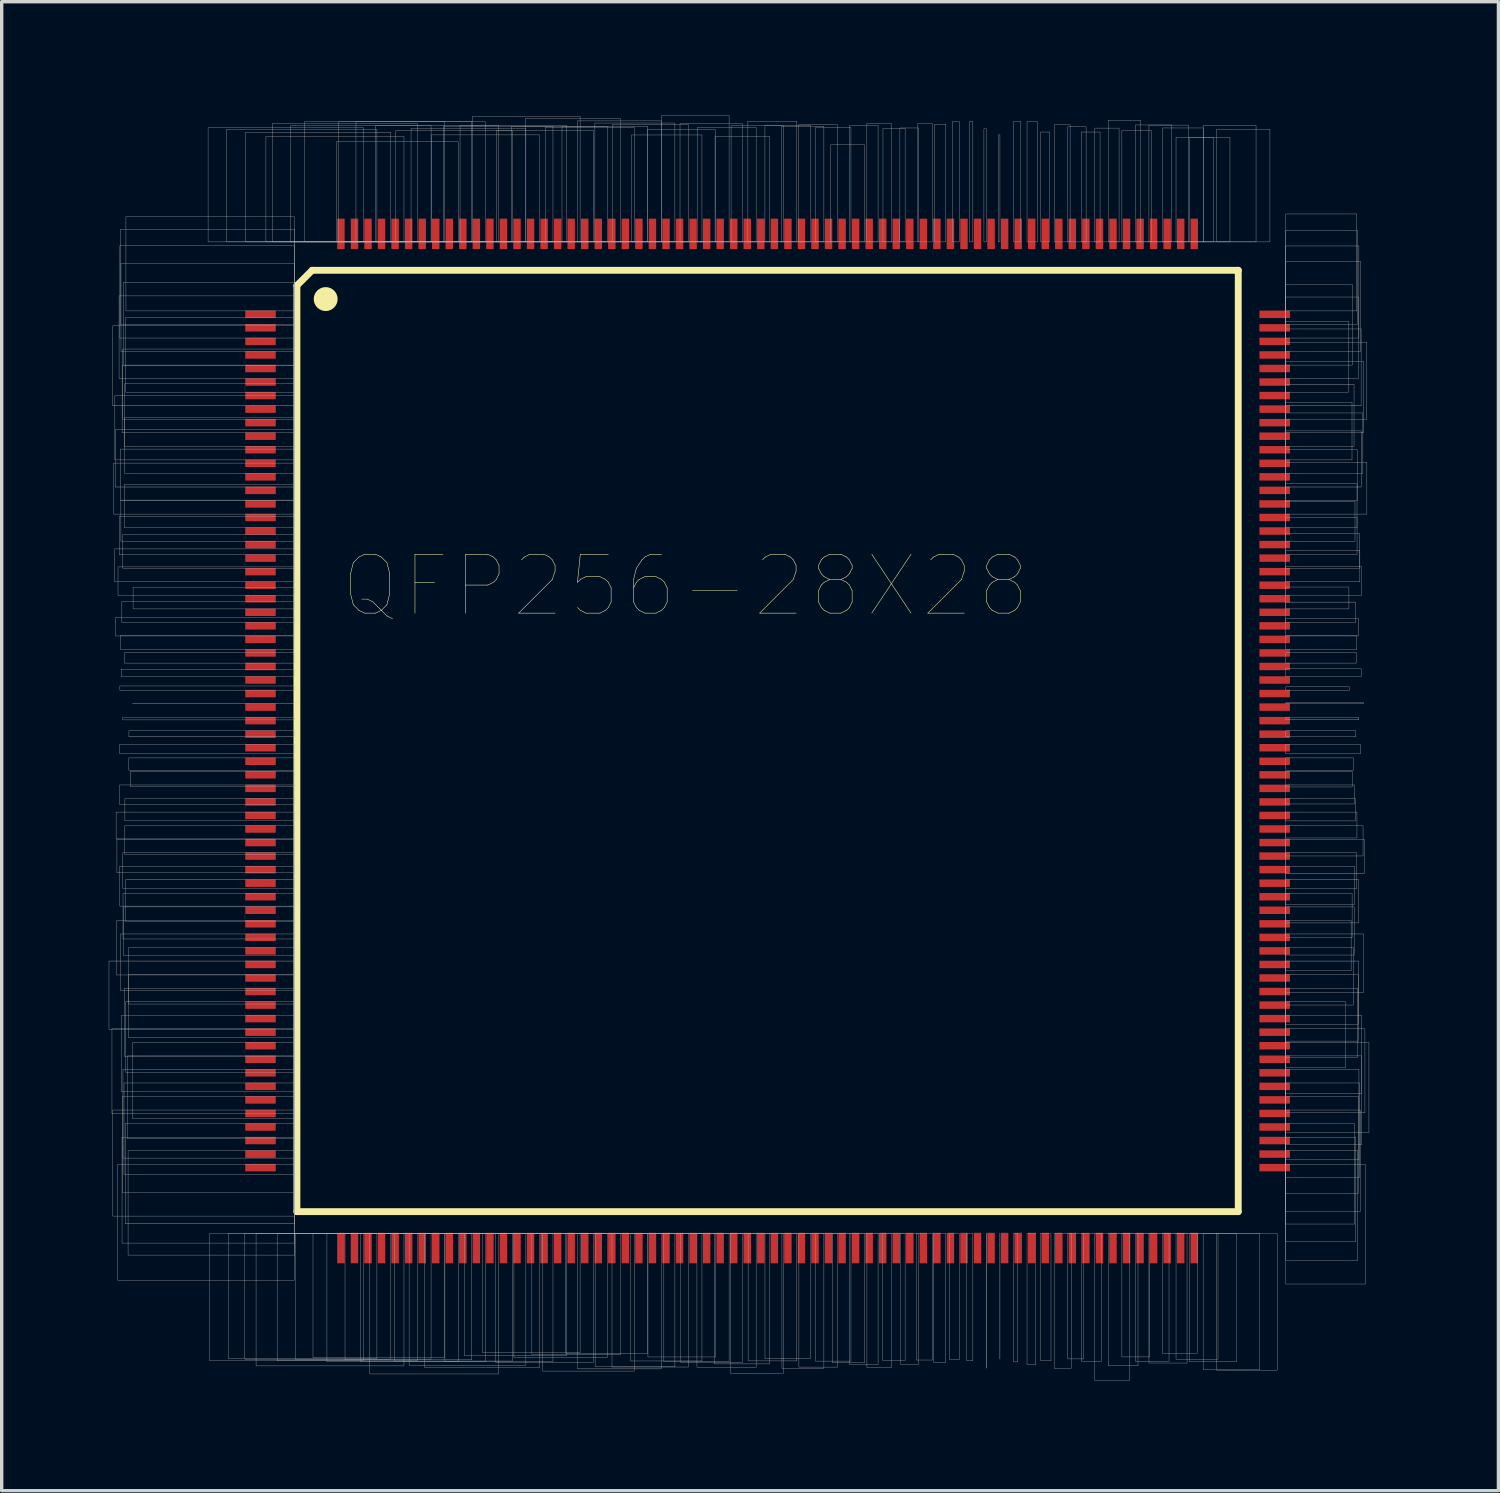
<source format=kicad_pcb>
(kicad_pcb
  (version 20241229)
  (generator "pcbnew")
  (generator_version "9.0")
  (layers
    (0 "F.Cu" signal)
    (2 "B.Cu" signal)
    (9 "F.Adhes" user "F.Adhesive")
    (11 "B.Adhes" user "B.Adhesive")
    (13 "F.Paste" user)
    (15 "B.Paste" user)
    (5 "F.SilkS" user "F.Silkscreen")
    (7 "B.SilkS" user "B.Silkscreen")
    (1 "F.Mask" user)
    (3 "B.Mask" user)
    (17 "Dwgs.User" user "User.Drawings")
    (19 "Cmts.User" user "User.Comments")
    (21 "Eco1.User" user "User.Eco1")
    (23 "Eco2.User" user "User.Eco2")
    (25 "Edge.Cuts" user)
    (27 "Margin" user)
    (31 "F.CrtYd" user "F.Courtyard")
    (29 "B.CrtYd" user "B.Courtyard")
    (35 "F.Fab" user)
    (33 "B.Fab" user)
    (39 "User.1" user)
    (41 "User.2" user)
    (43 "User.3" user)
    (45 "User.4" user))
  (footprint "QFP256-28X28"
    (layer "F.Cu")
    (at 19.618 18.832)
    (property "Reference" "QFP256-28X28" (at -2.427 -4.579 0) (layer "F.SilkS") (effects (font (size 1.738 1.738) (thickness 0.015))))
    (attr through_hole)
    (fp_poly (pts (xy -19.613 -4.325) (xy -14.5 -4.325) (xy -14.5 -5.173) (xy -19.613 -5.173)) (stroke (width 0.01) (type solid)) (fill yes) (layer "F.Mask"))
    (fp_poly (pts (xy -19.476 6.475) (xy -14.5 6.475) (xy -14.5 8.477) (xy -19.476 8.477)) (stroke (width 0.01) (type solid)) (fill yes) (layer "F.Mask"))
    (fp_poly (pts (xy -19.465 -7.525) (xy -14.5 -7.525) (xy -14.5 -9.165) (xy -19.465 -9.165)) (stroke (width 0.01) (type solid)) (fill yes) (layer "F.Mask"))
    (fp_poly (pts (xy -19.462 -6.725) (xy -14.5 -6.725) (xy -14.5 -8.156) (xy -19.462 -8.156)) (stroke (width 0.01) (type solid)) (fill yes) (layer "F.Mask"))
    (fp_poly (pts (xy -19.432 9.275) (xy -14.5 9.275) (xy -14.5 11.981) (xy -19.432 11.981)) (stroke (width 0.01) (type solid)) (fill yes) (layer "F.Mask"))
    (fp_poly (pts (xy -19.431 10.075) (xy -14.5 10.075) (xy -14.5 12.985) (xy -19.431 12.985)) (stroke (width 0.01) (type solid)) (fill yes) (layer "F.Mask"))
    (fp_poly (pts (xy -19.422 3.275) (xy -14.5 3.275) (xy -14.5 4.431) (xy -19.422 4.431)) (stroke (width 0.01) (type solid)) (fill yes) (layer "F.Mask"))
    (fp_poly (pts (xy -19.421 -9.125) (xy -14.5 -9.125) (xy -14.5 -11.156) (xy -19.421 -11.156)) (stroke (width 0.01) (type solid)) (fill yes) (layer "F.Mask"))
    (fp_poly (pts (xy -19.417 -5.125) (xy -14.5 -5.125) (xy -14.5 -6.127) (xy -19.417 -6.127)) (stroke (width 0.01) (type solid)) (fill yes) (layer "F.Mask"))
    (fp_poly (pts (xy -19.41 -10.325) (xy -14.5 -10.325) (xy -14.5 -12.658) (xy -19.41 -12.658)) (stroke (width 0.01) (type solid)) (fill yes) (layer "F.Mask"))
    (fp_poly (pts (xy -19.382 -3.525) (xy -14.5 -3.525) (xy -14.5 -4.108) (xy -19.382 -4.108)) (stroke (width 0.01) (type solid)) (fill yes) (layer "F.Mask"))
    (fp_poly (pts (xy -19.381 -7.925) (xy -14.5 -7.925) (xy -14.5 -9.628) (xy -19.381 -9.628)) (stroke (width 0.01) (type solid)) (fill yes) (layer "F.Mask"))
    (fp_poly (pts (xy -19.366 8.875) (xy -14.5 8.875) (xy -14.5 11.437) (xy -19.366 11.437)) (stroke (width 0.01) (type solid)) (fill yes) (layer "F.Mask"))
    (fp_poly (pts (xy -19.347 -1.925) (xy -14.5 -1.925) (xy -14.5 -2.097) (xy -19.347 -2.097)) (stroke (width 0.01) (type solid)) (fill yes) (layer "F.Mask"))
    (fp_poly (pts (xy -19.344 -11.125) (xy -14.5 -11.125) (xy -14.5 -13.616) (xy -19.344 -13.616)) (stroke (width 0.01) (type solid)) (fill yes) (layer "F.Mask"))
    (fp_poly (pts (xy -19.343 5.675) (xy -14.5 5.675) (xy -14.5 7.418) (xy -19.343 7.418)) (stroke (width 0.01) (type solid)) (fill yes) (layer "F.Mask"))
    (fp_poly (pts (xy -19.34 6.875) (xy -14.5 6.875) (xy -14.5 8.919) (xy -19.34 8.919)) (stroke (width 0.01) (type solid)) (fill yes) (layer "F.Mask"))
    (fp_poly (pts (xy -19.334 11.675) (xy -14.5 11.675) (xy -14.5 14.923) (xy -19.334 14.923)) (stroke (width 0.01) (type solid)) (fill yes) (layer "F.Mask"))
    (fp_poly (pts (xy -19.329 10.475) (xy -14.5 10.475) (xy -14.5 13.418) (xy -19.329 13.418)) (stroke (width 0.01) (type solid)) (fill yes) (layer "F.Mask"))
    (fp_poly (pts (xy -19.322 2.075) (xy -14.5 2.075) (xy -14.5 2.908) (xy -19.322 2.908)) (stroke (width 0.01) (type solid)) (fill yes) (layer "F.Mask"))
    (fp_poly (pts (xy -19.318 -9.925) (xy -14.5 -9.925) (xy -14.5 -12.097) (xy -19.318 -12.097)) (stroke (width 0.01) (type solid)) (fill yes) (layer "F.Mask"))
    (fp_poly (pts (xy -19.301 -11.525) (xy -14.5 -11.525) (xy -14.5 -14.086) (xy -19.301 -14.086)) (stroke (width 0.01) (type solid)) (fill yes) (layer "F.Mask"))
    (fp_poly (pts (xy -19.289 1.275) (xy -14.5 1.275) (xy -14.5 1.904) (xy -19.289 1.904)) (stroke (width 0.01) (type solid)) (fill yes) (layer "F.Mask"))
    (fp_poly (pts (xy -19.28 -12.725) (xy -14.5 -12.725) (xy -14.5 -15.567) (xy -19.28 -15.567)) (stroke (width 0.01) (type solid)) (fill yes) (layer "F.Mask"))
    (fp_poly (pts (xy -19.269 -4.725) (xy -14.5 -4.725) (xy -14.5 -5.581) (xy -19.269 -5.581)) (stroke (width 0.01) (type solid)) (fill yes) (layer "F.Mask"))
    (fp_poly (pts (xy -19.259 5.275) (xy -14.5 5.275) (xy -14.5 6.887) (xy -19.259 6.887)) (stroke (width 0.01) (type solid)) (fill yes) (layer "F.Mask"))
    (fp_poly (pts (xy -19.254 -8.325) (xy -14.5 -8.325) (xy -14.5 -10.063) (xy -19.254 -10.063)) (stroke (width 0.01) (type solid)) (fill yes) (layer "F.Mask"))
    (fp_poly (pts (xy -19.241 11.275) (xy -14.5 11.275) (xy -14.5 14.353) (xy -19.241 14.353)) (stroke (width 0.01) (type solid)) (fill yes) (layer "F.Mask"))
    (fp_poly (pts (xy -19.235 12.475) (xy -14.5 12.475) (xy -14.5 15.843) (xy -19.235 15.843)) (stroke (width 0.01) (type solid)) (fill yes) (layer "F.Mask"))
    (fp_poly (pts (xy -19.231 -2.325) (xy -14.5 -2.325) (xy -14.5 -2.583) (xy -19.231 -2.583)) (stroke (width 0.01) (type solid)) (fill yes) (layer "F.Mask"))
    (fp_poly (pts (xy -19.224 8.075) (xy -14.5 8.075) (xy -14.5 10.358) (xy -19.224 10.358)) (stroke (width 0.01) (type solid)) (fill yes) (layer "F.Mask"))
    (fp_poly (pts (xy -19.223 7.275) (xy -14.5 7.275) (xy -14.5 9.363) (xy -19.223 9.363)) (stroke (width 0.01) (type solid)) (fill yes) (layer "F.Mask"))
    (fp_poly (pts (xy -19.22 0.075) (xy -14.5 0.075) (xy -14.5 0.404) (xy -19.22 0.404)) (stroke (width 0.01) (type solid)) (fill yes) (layer "F.Mask"))
    (fp_poly (pts (xy -19.201 -0.725) (xy -14.5 -0.725) (xy -14.5 -0.59) (xy -19.201 -0.59)) (stroke (width 0.01) (type solid)) (fill yes) (layer "F.Mask"))
    (fp_poly (pts (xy -19.194 -3.925) (xy -14.5 -3.925) (xy -14.5 -4.566) (xy -19.194 -4.566)) (stroke (width 0.01) (type solid)) (fill yes) (layer "F.Mask"))
    (fp_poly (pts (xy -19.191 6.075) (xy -14.5 6.075) (xy -14.5 7.857) (xy -19.191 7.857)) (stroke (width 0.01) (type solid)) (fill yes) (layer "F.Mask"))
    (fp_poly (pts (xy -19.189 -6.325) (xy -14.5 -6.325) (xy -14.5 -7.545) (xy -19.189 -7.545)) (stroke (width 0.01) (type solid)) (fill yes) (layer "F.Mask"))
    (fp_poly (pts (xy -19.188 -11.925) (xy -14.5 -11.925) (xy -14.5 -14.5) (xy -19.188 -14.5)) (stroke (width 0.01) (type solid)) (fill yes) (layer "F.Mask"))
    (fp_poly (pts (xy -19.184 -8.725) (xy -14.5 -8.725) (xy -14.5 -10.523) (xy -19.184 -10.523)) (stroke (width 0.01) (type solid)) (fill yes) (layer "F.Mask"))
    (fp_poly (pts (xy -19.177 -5.925) (xy -14.5 -5.925) (xy -14.5 -7.044) (xy -19.177 -7.044)) (stroke (width 0.01) (type solid)) (fill yes) (layer "F.Mask"))
    (fp_poly (pts (xy -19.177 4.875) (xy -14.5 4.875) (xy -14.5 6.361) (xy -19.177 6.361)) (stroke (width 0.01) (type solid)) (fill yes) (layer "F.Mask"))
    (fp_poly (pts (xy -19.162 10.875) (xy -14.5 10.875) (xy -14.5 13.797) (xy -19.162 13.797)) (stroke (width 0.01) (type solid)) (fill yes) (layer "F.Mask"))
    (fp_poly (pts (xy -19.16 3.675) (xy -14.5 3.675) (xy -14.5 4.867) (xy -19.16 4.867)) (stroke (width 0.01) (type solid)) (fill yes) (layer "F.Mask"))
    (fp_poly (pts (xy -19.151 -9.525) (xy -14.5 -9.525) (xy -14.5 -11.497) (xy -19.151 -11.497)) (stroke (width 0.01) (type solid)) (fill yes) (layer "F.Mask"))
    (fp_poly (pts (xy -19.123 -12.325) (xy -14.5 -12.325) (xy -14.5 -14.946) (xy -19.123 -14.946)) (stroke (width 0.01) (type solid)) (fill yes) (layer "F.Mask"))
    (fp_poly (pts (xy -19.115 -2.725) (xy -14.5 -2.725) (xy -14.5 -3.062) (xy -19.115 -3.062)) (stroke (width 0.01) (type solid)) (fill yes) (layer "F.Mask"))
    (fp_poly (pts (xy -19.113 12.075) (xy -14.5 12.075) (xy -14.5 15.247) (xy -19.113 15.247)) (stroke (width 0.01) (type solid)) (fill yes) (layer "F.Mask"))
    (fp_poly (pts (xy -19.101 -1.525) (xy -14.5 -1.525) (xy -14.5 -1.576) (xy -19.101 -1.576)) (stroke (width 0.01) (type solid)) (fill yes) (layer "F.Mask"))
    (fp_poly (pts (xy -19.086 -7.125) (xy -14.5 -7.125) (xy -14.5 -8.493) (xy -19.086 -8.493)) (stroke (width 0.01) (type solid)) (fill yes) (layer "F.Mask"))
    (fp_poly (pts (xy -19.077 -1.125) (xy -14.5 -1.125) (xy -14.5 -1.08) (xy -19.077 -1.08)) (stroke (width 0.01) (type solid)) (fill yes) (layer "F.Mask"))
    (fp_poly (pts (xy -19.062 0.475) (xy -14.5 0.475) (xy -14.5 0.895) (xy -19.062 0.895)) (stroke (width 0.01) (type solid)) (fill yes) (layer "F.Mask"))
    (fp_poly (pts (xy -19.045 -3.125) (xy -14.5 -3.125) (xy -14.5 -3.544) (xy -19.045 -3.544)) (stroke (width 0.01) (type solid)) (fill yes) (layer "F.Mask"))
    (fp_poly (pts (xy -19.042 1.675) (xy -14.5 1.675) (xy -14.5 2.372) (xy -19.042 2.372)) (stroke (width 0.01) (type solid)) (fill yes) (layer "F.Mask"))
    (fp_poly (pts (xy -19.04 4.075) (xy -14.5 4.075) (xy -14.5 5.33) (xy -19.04 5.33)) (stroke (width 0.01) (type solid)) (fill yes) (layer "F.Mask"))
    (fp_poly (pts (xy -19.007 0.875) (xy -14.5 0.875) (xy -14.5 1.384) (xy -19.007 1.384)) (stroke (width 0.01) (type solid)) (fill yes) (layer "F.Mask"))
    (fp_poly (pts (xy -19.001 9.675) (xy -14.5 9.675) (xy -14.5 12.207) (xy -19.001 12.207)) (stroke (width 0.01) (type solid)) (fill yes) (layer "F.Mask"))
    (fp_poly (pts (xy -18.995 4.475) (xy -14.5 4.475) (xy -14.5 5.809) (xy -18.995 5.809)) (stroke (width 0.01) (type solid)) (fill yes) (layer "F.Mask"))
    (fp_poly (pts (xy -18.993 2.875) (xy -14.5 2.875) (xy -14.5 3.842) (xy -18.993 3.842)) (stroke (width 0.01) (type solid)) (fill yes) (layer "F.Mask"))
    (fp_poly (pts (xy -18.976 7.675) (xy -14.5 7.675) (xy -14.5 9.733) (xy -18.976 9.733)) (stroke (width 0.01) (type solid)) (fill yes) (layer "F.Mask"))
    (fp_poly (pts (xy -18.975 -0.325) (xy -14.5 -0.325) (xy -14.5 -0.092) (xy -18.975 -0.092)) (stroke (width 0.01) (type solid)) (fill yes) (layer "F.Mask"))
    (fp_poly (pts (xy -18.967 -5.525) (xy -14.5 -5.525) (xy -14.5 -6.475) (xy -18.967 -6.475)) (stroke (width 0.01) (type solid)) (fill yes) (layer "F.Mask"))
    (fp_poly (pts (xy -18.96 -10.725) (xy -14.5 -10.725) (xy -14.5 -12.855) (xy -18.96 -12.855)) (stroke (width 0.01) (type solid)) (fill yes) (layer "F.Mask"))
    (fp_poly (pts (xy -18.959 8.475) (xy -14.5 8.475) (xy -14.5 10.707) (xy -18.959 10.707)) (stroke (width 0.01) (type solid)) (fill yes) (layer "F.Mask"))
    (fp_poly (pts (xy -18.938 2.475) (xy -14.5 2.475) (xy -14.5 3.34) (xy -18.938 3.34)) (stroke (width 0.01) (type solid)) (fill yes) (layer "F.Mask"))
    (fp_poly (pts (xy -16.43 -15.1) (xy -12.125 -15.1) (xy -12.125 -18.66) (xy -16.43 -18.66)) (stroke (width 0.01) (type solid)) (fill yes) (layer "F.Mask"))
    (fp_poly (pts (xy -16.174 14.85) (xy -12.125 14.85) (xy -12.125 18.679) (xy -16.174 18.679)) (stroke (width 0.01) (type solid)) (fill yes) (layer "F.Mask"))
    (fp_poly (pts (xy -15.787 14.85) (xy -11.725 14.85) (xy -11.725 18.808) (xy -15.787 18.808)) (stroke (width 0.01) (type solid)) (fill yes) (layer "F.Mask"))
    (fp_poly (pts (xy -15.673 -15.1) (xy -11.725 -15.1) (xy -11.725 -18.363) (xy -15.673 -18.363)) (stroke (width 0.01) (type solid)) (fill yes) (layer "F.Mask"))
    (fp_poly (pts (xy -15.44 -15.1) (xy -11.325 -15.1) (xy -11.325 -18.678) (xy -15.44 -18.678)) (stroke (width 0.01) (type solid)) (fill yes) (layer "F.Mask"))
    (fp_poly (pts (xy -15.236 14.85) (xy -11.325 14.85) (xy -11.325 18.743) (xy -15.236 18.743)) (stroke (width 0.01) (type solid)) (fill yes) (layer "F.Mask"))
    (fp_poly (pts (xy -14.798 -15.1) (xy -10.925 -15.1) (xy -10.925 -18.505) (xy -14.798 -18.505)) (stroke (width 0.01) (type solid)) (fill yes) (layer "F.Mask"))
    (fp_poly (pts (xy -14.717 14.85) (xy -10.925 14.85) (xy -10.925 18.716) (xy -14.717 18.716)) (stroke (width 0.01) (type solid)) (fill yes) (layer "F.Mask"))
    (fp_poly (pts (xy -14.448 14.85) (xy -10.525 14.85) (xy -10.525 19.012) (xy -14.448 19.012)) (stroke (width 0.01) (type solid)) (fill yes) (layer "F.Mask"))
    (fp_poly (pts (xy -14.133 -15.1) (xy -10.525 -15.1) (xy -10.525 -18.29) (xy -14.133 -18.29)) (stroke (width 0.01) (type solid)) (fill yes) (layer "F.Mask"))
    (fp_poly (pts (xy -13.81 14.85) (xy -10.125 14.85) (xy -10.125 18.829) (xy -13.81 18.829)) (stroke (width 0.01) (type solid)) (fill yes) (layer "F.Mask"))
    (fp_poly (pts (xy -13.691 -15.1) (xy -10.125 -15.1) (xy -10.125 -18.358) (xy -13.691 -18.358)) (stroke (width 0.01) (type solid)) (fill yes) (layer "F.Mask"))
    (fp_poly (pts (xy -13.382 14.85) (xy -9.725 14.85) (xy -9.725 18.927) (xy -13.382 18.927)) (stroke (width 0.01) (type solid)) (fill yes) (layer "F.Mask"))
    (fp_poly (pts (xy -13.285 -15.1) (xy -9.725 -15.1) (xy -9.725 -18.481) (xy -13.285 -18.481)) (stroke (width 0.01) (type solid)) (fill yes) (layer "F.Mask"))
    (fp_poly (pts (xy -12.872 -15.1) (xy -9.325 -15.1) (xy -9.325 -18.602) (xy -12.872 -18.602)) (stroke (width 0.01) (type solid)) (fill yes) (layer "F.Mask"))
    (fp_poly (pts (xy -12.652 14.85) (xy -9.325 14.85) (xy -9.325 18.593) (xy -12.652 18.593)) (stroke (width 0.01) (type solid)) (fill yes) (layer "F.Mask"))
    (fp_poly (pts (xy -12.379 14.85) (xy -8.925 14.85) (xy -8.925 18.929) (xy -12.379 18.929)) (stroke (width 0.01) (type solid)) (fill yes) (layer "F.Mask"))
    (fp_poly (pts (xy -12.211 -15.1) (xy -8.925 -15.1) (xy -8.925 -18.364) (xy -12.211 -18.364)) (stroke (width 0.01) (type solid)) (fill yes) (layer "F.Mask"))
    (fp_poly (pts (xy -11.831 -15.1) (xy -8.525 -15.1) (xy -8.525 -18.543) (xy -11.831 -18.543)) (stroke (width 0.01) (type solid)) (fill yes) (layer "F.Mask"))
    (fp_poly (pts (xy -11.785 14.85) (xy -8.525 14.85) (xy -8.525 18.78) (xy -11.785 18.78)) (stroke (width 0.01) (type solid)) (fill yes) (layer "F.Mask"))
    (fp_poly (pts (xy -11.308 14.85) (xy -8.125 14.85) (xy -8.125 18.817) (xy -11.308 18.817)) (stroke (width 0.01) (type solid)) (fill yes) (layer "F.Mask"))
    (fp_poly (pts (xy -11.298 -15.1) (xy -8.125 -15.1) (xy -8.125 -18.487) (xy -11.298 -18.487)) (stroke (width 0.01) (type solid)) (fill yes) (layer "F.Mask"))
    (fp_poly (pts (xy -10.841 14.85) (xy -7.725 14.85) (xy -7.725 18.869) (xy -10.841 18.869)) (stroke (width 0.01) (type solid)) (fill yes) (layer "F.Mask"))
    (fp_poly (pts (xy -10.759 -15.1) (xy -7.725 -15.1) (xy -7.725 -18.419) (xy -10.759 -18.419)) (stroke (width 0.01) (type solid)) (fill yes) (layer "F.Mask"))
    (fp_poly (pts (xy -10.156 14.85) (xy -7.325 14.85) (xy -7.325 18.531) (xy -10.156 18.531)) (stroke (width 0.01) (type solid)) (fill yes) (layer "F.Mask"))
    (fp_poly (pts (xy -10.126 -15.1) (xy -7.325 -15.1) (xy -7.325 -18.172) (xy -10.126 -18.172)) (stroke (width 0.01) (type solid)) (fill yes) (layer "F.Mask"))
    (fp_poly (pts (xy -9.881 -15.1) (xy -6.925 -15.1) (xy -6.925 -18.633) (xy -9.881 -18.633)) (stroke (width 0.01) (type solid)) (fill yes) (layer "F.Mask"))
    (fp_poly (pts (xy -9.663 14.85) (xy -6.925 14.85) (xy -6.925 18.529) (xy -9.663 18.529)) (stroke (width 0.01) (type solid)) (fill yes) (layer "F.Mask"))
    (fp_poly (pts (xy -9.353 14.85) (xy -6.525 14.85) (xy -6.525 18.894) (xy -9.353 18.894)) (stroke (width 0.01) (type solid)) (fill yes) (layer "F.Mask"))
    (fp_poly (pts (xy -9.33 -15.1) (xy -6.525 -15.1) (xy -6.525 -18.536) (xy -9.33 -18.536)) (stroke (width 0.01) (type solid)) (fill yes) (layer "F.Mask"))
    (fp_poly (pts (xy -8.745 14.85) (xy -6.125 14.85) (xy -6.125 18.664) (xy -8.745 18.664)) (stroke (width 0.01) (type solid)) (fill yes) (layer "F.Mask"))
    (fp_poly (pts (xy -8.694 -15.1) (xy -6.125 -15.1) (xy -6.125 -18.248) (xy -8.694 -18.248)) (stroke (width 0.01) (type solid)) (fill yes) (layer "F.Mask"))
    (fp_poly (pts (xy -8.369 14.85) (xy -5.725 14.85) (xy -5.725 18.931) (xy -8.369 18.931)) (stroke (width 0.01) (type solid)) (fill yes) (layer "F.Mask"))
    (fp_poly (pts (xy -8.302 -15.1) (xy -5.725 -15.1) (xy -5.725 -18.47) (xy -8.302 -18.47)) (stroke (width 0.01) (type solid)) (fill yes) (layer "F.Mask"))
    (fp_poly (pts (xy -7.739 -15.1) (xy -5.325 -15.1) (xy -5.325 -18.315) (xy -7.739 -18.315)) (stroke (width 0.01) (type solid)) (fill yes) (layer "F.Mask"))
    (fp_poly (pts (xy -7.704 14.85) (xy -5.325 14.85) (xy -5.325 18.539) (xy -7.704 18.539)) (stroke (width 0.01) (type solid)) (fill yes) (layer "F.Mask"))
    (fp_poly (pts (xy -7.324 -15.1) (xy -4.925 -15.1) (xy -4.925 -18.514) (xy -7.324 -18.514)) (stroke (width 0.01) (type solid)) (fill yes) (layer "F.Mask"))
    (fp_poly (pts (xy -7.289 14.85) (xy -4.925 14.85) (xy -4.925 18.733) (xy -7.289 18.733)) (stroke (width 0.01) (type solid)) (fill yes) (layer "F.Mask"))
    (fp_poly (pts (xy -6.804 14.85) (xy -4.525 14.85) (xy -4.525 18.765) (xy -6.804 18.765)) (stroke (width 0.01) (type solid)) (fill yes) (layer "F.Mask"))
    (fp_poly (pts (xy -6.733 -15.1) (xy -4.525 -15.1) (xy -4.525 -18.262) (xy -6.733 -18.262)) (stroke (width 0.01) (type solid)) (fill yes) (layer "F.Mask"))
    (fp_poly (pts (xy -6.363 14.85) (xy -4.125 14.85) (xy -4.125 18.932) (xy -6.363 18.932)) (stroke (width 0.01) (type solid)) (fill yes) (layer "F.Mask"))
    (fp_poly (pts (xy -6.235 -15.1) (xy -4.125 -15.1) (xy -4.125 -18.242) (xy -6.235 -18.242)) (stroke (width 0.01) (type solid)) (fill yes) (layer "F.Mask"))
    (fp_poly (pts (xy -5.806 14.85) (xy -3.725 14.85) (xy -3.725 18.754) (xy -5.806 18.754)) (stroke (width 0.01) (type solid)) (fill yes) (layer "F.Mask"))
    (fp_poly (pts (xy -5.806 -15.1) (xy -3.725 -15.1) (xy -3.725 -18.441) (xy -5.806 -18.441)) (stroke (width 0.01) (type solid)) (fill yes) (layer "F.Mask"))
    (fp_poly (pts (xy -5.295 -15.1) (xy -3.325 -15.1) (xy -3.325 -18.392) (xy -5.295 -18.392)) (stroke (width 0.01) (type solid)) (fill yes) (layer "F.Mask"))
    (fp_poly (pts (xy -5.221 14.85) (xy -3.325 14.85) (xy -3.325 18.443) (xy -5.221 18.443)) (stroke (width 0.01) (type solid)) (fill yes) (layer "F.Mask"))
    (fp_poly (pts (xy -4.902 -15.1) (xy -2.925 -15.1) (xy -2.925 -18.785) (xy -4.902 -18.785)) (stroke (width 0.01) (type solid)) (fill yes) (layer "F.Mask"))
    (fp_poly (pts (xy -4.828 14.85) (xy -2.925 14.85) (xy -2.925 18.813) (xy -4.828 18.813)) (stroke (width 0.01) (type solid)) (fill yes) (layer "F.Mask"))
    (fp_poly (pts (xy -4.4 -15.1) (xy -2.525 -15.1) (xy -2.525 -18.805) (xy -4.4 -18.805)) (stroke (width 0.01) (type solid)) (fill yes) (layer "F.Mask"))
    (fp_poly (pts (xy -4.369 14.85) (xy -2.525 14.85) (xy -2.525 18.984) (xy -4.369 18.984)) (stroke (width 0.01) (type solid)) (fill yes) (layer "F.Mask"))
    (fp_poly (pts (xy -3.862 14.85) (xy -2.125 14.85) (xy -2.125 18.966) (xy -3.862 18.966)) (stroke (width 0.01) (type solid)) (fill yes) (layer "F.Mask"))
    (fp_poly (pts (xy -3.78 -15.1) (xy -2.125 -15.1) (xy -2.125 -18.255) (xy -3.78 -18.255)) (stroke (width 0.01) (type solid)) (fill yes) (layer "F.Mask"))
    (fp_poly (pts (xy -3.333 14.85) (xy -1.725 14.85) (xy -1.725 18.817) (xy -3.333 18.817)) (stroke (width 0.01) (type solid)) (fill yes) (layer "F.Mask"))
    (fp_poly (pts (xy -3.31 -15.1) (xy -1.725 -15.1) (xy -1.725 -18.378) (xy -3.31 -18.378)) (stroke (width 0.01) (type solid)) (fill yes) (layer "F.Mask"))
    (fp_poly (pts (xy -2.852 14.85) (xy -1.325 14.85) (xy -1.325 18.929) (xy -2.852 18.929)) (stroke (width 0.01) (type solid)) (fill yes) (layer "F.Mask"))
    (fp_poly (pts (xy -2.838 -15.1) (xy -1.325 -15.1) (xy -1.325 -18.522) (xy -2.838 -18.522)) (stroke (width 0.01) (type solid)) (fill yes) (layer "F.Mask"))
    (fp_poly (pts (xy -2.338 -15.1) (xy -0.925 -15.1) (xy -0.925 -18.519) (xy -2.338 -18.519)) (stroke (width 0.01) (type solid)) (fill yes) (layer "F.Mask"))
    (fp_poly (pts (xy -2.294 14.85) (xy -0.925 14.85) (xy -0.925 18.475) (xy -2.294 18.475)) (stroke (width 0.01) (type solid)) (fill yes) (layer "F.Mask"))
    (fp_poly (pts (xy -1.846 -15.1) (xy -0.525 -15.1) (xy -0.525 -18.585) (xy -1.846 -18.585)) (stroke (width 0.01) (type solid)) (fill yes) (layer "F.Mask"))
    (fp_poly (pts (xy -1.822 14.85) (xy -0.525 14.85) (xy -0.525 18.653) (xy -1.822 18.653)) (stroke (width 0.01) (type solid)) (fill yes) (layer "F.Mask"))
    (fp_poly (pts (xy -1.354 14.85) (xy -0.125 14.85) (xy -0.125 19.015) (xy -1.354 19.015)) (stroke (width 0.01) (type solid)) (fill yes) (layer "F.Mask"))
    (fp_poly (pts (xy -1.34 -15.1) (xy -0.125 -15.1) (xy -0.125 -18.512) (xy -1.34 -18.512)) (stroke (width 0.01) (type solid)) (fill yes) (layer "F.Mask"))
    (fp_poly (pts (xy -0.843 14.85) (xy 0.275 14.85) (xy 0.275 18.851) (xy -0.843 18.851)) (stroke (width 0.01) (type solid)) (fill yes) (layer "F.Mask"))
    (fp_poly (pts (xy -0.827 -15.1) (xy 0.275 -15.1) (xy 0.275 -18.19) (xy -0.827 -18.19)) (stroke (width 0.01) (type solid)) (fill yes) (layer "F.Mask"))
    (fp_poly (pts (xy -0.341 14.85) (xy 0.675 14.85) (xy 0.675 18.703) (xy -0.341 18.703)) (stroke (width 0.01) (type solid)) (fill yes) (layer "F.Mask"))
    (fp_poly (pts (xy -0.34 -15.1) (xy 0.675 -15.1) (xy 0.675 -18.336) (xy -0.34 -18.336)) (stroke (width 0.01) (type solid)) (fill yes) (layer "F.Mask"))
    (fp_poly (pts (xy 0.156 -15.1) (xy 1.075 -15.1) (xy 1.075 -18.506) (xy 0.156 -18.506)) (stroke (width 0.01) (type solid)) (fill yes) (layer "F.Mask"))
    (fp_poly (pts (xy 0.156 14.85) (xy 1.075 14.85) (xy 1.075 18.881) (xy 0.156 18.881)) (stroke (width 0.01) (type solid)) (fill yes) (layer "F.Mask"))
    (fp_poly (pts (xy 0.654 -15.1) (xy 1.475 -15.1) (xy 1.475 -18.493) (xy 0.654 -18.493)) (stroke (width 0.01) (type solid)) (fill yes) (layer "F.Mask"))
    (fp_poly (pts (xy 0.663 14.85) (xy 1.475 14.85) (xy 1.475 19.074) (xy 0.663 19.074)) (stroke (width 0.01) (type solid)) (fill yes) (layer "F.Mask"))
    (fp_poly (pts (xy 1.162 -15.1) (xy 1.875 -15.1) (xy 1.875 -18.653) (xy 1.162 -18.653)) (stroke (width 0.01) (type solid)) (fill yes) (layer "F.Mask"))
    (fp_poly (pts (xy 1.165 14.85) (xy 1.875 14.85) (xy 1.875 19.023) (xy 1.165 19.023)) (stroke (width 0.01) (type solid)) (fill yes) (layer "F.Mask"))
    (fp_poly (pts (xy 1.644 -15.1) (xy 2.275 -15.1) (xy 2.275 -18.427) (xy 1.644 -18.427)) (stroke (width 0.01) (type solid)) (fill yes) (layer "F.Mask"))
    (fp_poly (pts (xy 1.652 14.85) (xy 2.275 14.85) (xy 2.275 18.828) (xy 1.652 18.828)) (stroke (width 0.01) (type solid)) (fill yes) (layer "F.Mask"))
    (fp_poly (pts (xy 2.122 -15.1) (xy 2.675 -15.1) (xy 2.675 -18.269) (xy 2.122 -18.269)) (stroke (width 0.01) (type solid)) (fill yes) (layer "F.Mask"))
    (fp_poly (pts (xy 2.144 14.85) (xy 2.675 14.85) (xy 2.675 18.766) (xy 2.144 18.766)) (stroke (width 0.01) (type solid)) (fill yes) (layer "F.Mask"))
    (fp_poly (pts (xy 2.634 14.85) (xy 3.075 14.85) (xy 3.075 18.712) (xy 2.634 18.712)) (stroke (width 0.01) (type solid)) (fill yes) (layer "F.Mask"))
    (fp_poly (pts (xy 2.65 -15.1) (xy 3.075 -15.1) (xy 3.075 -18.521) (xy 2.65 -18.521)) (stroke (width 0.01) (type solid)) (fill yes) (layer "F.Mask"))
    (fp_poly (pts (xy 3.134 14.85) (xy 3.475 14.85) (xy 3.475 18.739) (xy 3.134 18.739)) (stroke (width 0.01) (type solid)) (fill yes) (layer "F.Mask"))
    (fp_poly (pts (xy 3.184 -15.1) (xy 3.475 -15.1) (xy 3.475 -18.728) (xy 3.184 -18.728)) (stroke (width 0.01) (type solid)) (fill yes) (layer "F.Mask"))
    (fp_poly (pts (xy 3.632 -15.1) (xy 3.875 -15.1) (xy 3.875 -18.441) (xy 3.632 -18.441)) (stroke (width 0.01) (type solid)) (fill yes) (layer "F.Mask"))
    (fp_poly (pts (xy 3.659 14.85) (xy 3.875 14.85) (xy 3.875 18.889) (xy 3.659 18.889)) (stroke (width 0.01) (type solid)) (fill yes) (layer "F.Mask"))
    (fp_poly (pts (xy 4.151 14.85) (xy 4.275 14.85) (xy 4.275 18.853) (xy 4.151 18.853)) (stroke (width 0.01) (type solid)) (fill yes) (layer "F.Mask"))
    (fp_poly (pts (xy 4.16 -15.1) (xy 4.275 -15.1) (xy 4.275 -18.581) (xy 4.16 -18.581)) (stroke (width 0.01) (type solid)) (fill yes) (layer "F.Mask"))
    (fp_poly (pts (xy 4.606 -15.1) (xy 4.675 -15.1) (xy 4.675 -18.362) (xy 4.606 -18.362)) (stroke (width 0.01) (type solid)) (fill yes) (layer "F.Mask"))
    (fp_poly (pts (xy 4.711 14.85) (xy 4.675 14.85) (xy 4.675 19.097) (xy 4.711 19.097)) (stroke (width 0.01) (type solid)) (fill yes) (layer "F.Mask"))
    (fp_poly (pts (xy 5.118 -15.1) (xy 5.075 -15.1) (xy 5.075 -18.425) (xy 5.118 -18.425)) (stroke (width 0.01) (type solid)) (fill yes) (layer "F.Mask"))
    (fp_poly (pts (xy 5.153 14.85) (xy 5.075 14.85) (xy 5.075 18.861) (xy 5.153 18.861)) (stroke (width 0.01) (type solid)) (fill yes) (layer "F.Mask"))
    (fp_poly (pts (xy 5.593 14.85) (xy 5.475 14.85) (xy 5.475 18.664) (xy 5.593 18.664)) (stroke (width 0.01) (type solid)) (fill yes) (layer "F.Mask"))
    (fp_poly (pts (xy 5.626 -15.1) (xy 5.475 -15.1) (xy 5.475 -18.464) (xy 5.626 -18.464)) (stroke (width 0.01) (type solid)) (fill yes) (layer "F.Mask"))
    (fp_poly (pts (xy 6.181 14.85) (xy 5.875 14.85) (xy 5.875 18.95) (xy 6.181 18.95)) (stroke (width 0.01) (type solid)) (fill yes) (layer "F.Mask"))
    (fp_poly (pts (xy 6.198 -15.1) (xy 5.875 -15.1) (xy 5.875 -18.687) (xy 6.198 -18.687)) (stroke (width 0.01) (type solid)) (fill yes) (layer "F.Mask"))
    (fp_poly (pts (xy 6.614 14.85) (xy 6.275 14.85) (xy 6.275 18.756) (xy 6.614 18.756)) (stroke (width 0.01) (type solid)) (fill yes) (layer "F.Mask"))
    (fp_poly (pts (xy 6.632 -15.1) (xy 6.275 -15.1) (xy 6.275 -18.496) (xy 6.632 -18.496)) (stroke (width 0.01) (type solid)) (fill yes) (layer "F.Mask"))
    (fp_poly (pts (xy 7.07 -15.1) (xy 6.675 -15.1) (xy 6.675 -18.339) (xy 7.07 -18.339)) (stroke (width 0.01) (type solid)) (fill yes) (layer "F.Mask"))
    (fp_poly (pts (xy 7.136 14.85) (xy 6.675 14.85) (xy 6.675 18.822) (xy 7.136 18.822)) (stroke (width 0.01) (type solid)) (fill yes) (layer "F.Mask"))
    (fp_poly (pts (xy 7.556 14.85) (xy 7.075 14.85) (xy 7.075 18.628) (xy 7.556 18.628)) (stroke (width 0.01) (type solid)) (fill yes) (layer "F.Mask"))
    (fp_poly (pts (xy 7.559 -15.1) (xy 7.075 -15.1) (xy 7.075 -18.326) (xy 7.559 -18.326)) (stroke (width 0.01) (type solid)) (fill yes) (layer "F.Mask"))
    (fp_poly (pts (xy 8.049 14.85) (xy 7.475 14.85) (xy 7.475 18.627) (xy 8.049 18.627)) (stroke (width 0.01) (type solid)) (fill yes) (layer "F.Mask"))
    (fp_poly (pts (xy 8.072 -15.1) (xy 7.475 -15.1) (xy 7.475 -18.37) (xy 8.072 -18.37)) (stroke (width 0.01) (type solid)) (fill yes) (layer "F.Mask"))
    (fp_poly (pts (xy 8.518 -15.1) (xy 7.875 -15.1) (xy 7.875 -18.267) (xy 8.518 -18.267)) (stroke (width 0.01) (type solid)) (fill yes) (layer "F.Mask"))
    (fp_poly (pts (xy 8.567 14.85) (xy 7.875 14.85) (xy 7.875 18.681) (xy 8.567 18.681)) (stroke (width 0.01) (type solid)) (fill yes) (layer "F.Mask"))
    (fp_poly (pts (xy 9.147 -15.1) (xy 8.275 -15.1) (xy 8.275 -18.542) (xy 9.147 -18.542)) (stroke (width 0.01) (type solid)) (fill yes) (layer "F.Mask"))
    (fp_poly (pts (xy 9.282 14.85) (xy 8.275 14.85) (xy 8.275 19.136) (xy 9.282 19.136)) (stroke (width 0.01) (type solid)) (fill yes) (layer "F.Mask"))
    (fp_poly (pts (xy 9.506 -15.1) (xy 8.675 -15.1) (xy 8.675 -18.275) (xy 9.506 -18.275)) (stroke (width 0.01) (type solid)) (fill yes) (layer "F.Mask"))
    (fp_poly (pts (xy 9.588 14.85) (xy 8.675 14.85) (xy 8.675 18.741) (xy 9.588 18.741)) (stroke (width 0.01) (type solid)) (fill yes) (layer "F.Mask"))
    (fp_poly (pts (xy 10.211 -15.1) (xy 9.075 -15.1) (xy 9.075 -18.663) (xy 10.211 -18.663)) (stroke (width 0.01) (type solid)) (fill yes) (layer "F.Mask"))
    (fp_poly (pts (xy 10.224 14.85) (xy 9.075 14.85) (xy 9.075 19.001) (xy 10.224 19.001)) (stroke (width 0.01) (type solid)) (fill yes) (layer "F.Mask"))
    (fp_poly (pts (xy 10.74 14.85) (xy 9.475 14.85) (xy 9.475 19.024) (xy 10.74 19.024)) (stroke (width 0.01) (type solid)) (fill yes) (layer "F.Mask"))
    (fp_poly (pts (xy 10.808 -15.1) (xy 9.475 -15.1) (xy 9.475 -18.827) (xy 10.808 -18.827)) (stroke (width 0.01) (type solid)) (fill yes) (layer "F.Mask"))
    (fp_poly (pts (xy 11.183 14.85) (xy 9.875 14.85) (xy 9.875 18.92) (xy 11.183 18.92)) (stroke (width 0.01) (type solid)) (fill yes) (layer "F.Mask"))
    (fp_poly (pts (xy 11.272 -15.1) (xy 9.875 -15.1) (xy 9.875 -18.756) (xy 11.272 -18.756)) (stroke (width 0.01) (type solid)) (fill yes) (layer "F.Mask"))
    (fp_poly (pts (xy 11.466 14.85) (xy 10.275 14.85) (xy 10.275 18.567) (xy 11.466 18.567)) (stroke (width 0.01) (type solid)) (fill yes) (layer "F.Mask"))
    (fp_poly (pts (xy 11.544 -15.1) (xy 10.275 -15.1) (xy 10.275 -18.385) (xy 11.544 -18.385)) (stroke (width 0.01) (type solid)) (fill yes) (layer "F.Mask"))
    (fp_poly (pts (xy 12.082 14.85) (xy 10.675 14.85) (xy 10.675 18.759) (xy 12.082 18.759)) (stroke (width 0.01) (type solid)) (fill yes) (layer "F.Mask"))
    (fp_poly (pts (xy 12.097 -15.1) (xy 10.675 -15.1) (xy 10.675 -18.471) (xy 12.097 -18.471)) (stroke (width 0.01) (type solid)) (fill yes) (layer "F.Mask"))
    (fp_poly (pts (xy 12.695 -15.1) (xy 11.075 -15.1) (xy 11.075 -18.62) (xy 12.695 -18.62)) (stroke (width 0.01) (type solid)) (fill yes) (layer "F.Mask"))
    (fp_poly (pts (xy 12.764 14.85) (xy 11.075 14.85) (xy 11.075 19.035) (xy 12.764 19.035)) (stroke (width 0.01) (type solid)) (fill yes) (layer "F.Mask"))
    (fp_poly (pts (xy 13 -15.1) (xy 11.475 -15.1) (xy 11.475 -18.34) (xy 13 -18.34)) (stroke (width 0.01) (type solid)) (fill yes) (layer "F.Mask"))
    (fp_poly (pts (xy 13.075 14.85) (xy 11.475 14.85) (xy 11.475 18.757) (xy 13.075 18.757)) (stroke (width 0.01) (type solid)) (fill yes) (layer "F.Mask"))
    (fp_poly (pts (xy 13.493 14.85) (xy 11.875 14.85) (xy 11.875 18.649) (xy 13.493 18.649)) (stroke (width 0.01) (type solid)) (fill yes) (layer "F.Mask"))
    (fp_poly (pts (xy 13.556 -15.1) (xy 11.875 -15.1) (xy 11.875 -18.427) (xy 13.556 -18.427)) (stroke (width 0.01) (type solid)) (fill yes) (layer "F.Mask"))
    (fp_poly (pts (xy 14.09 -15.1) (xy 12.275 -15.1) (xy 12.275 -18.474) (xy 14.09 -18.474)) (stroke (width 0.01) (type solid)) (fill yes) (layer "F.Mask"))
    (fp_poly (pts (xy 14.242 14.85) (xy 12.275 14.85) (xy 12.275 18.988) (xy 14.242 18.988)) (stroke (width 0.01) (type solid)) (fill yes) (layer "F.Mask"))
    (fp_poly (pts (xy 14.521 -15.1) (xy 12.675 -15.1) (xy 12.675 -18.389) (xy 14.521 -18.389)) (stroke (width 0.01) (type solid)) (fill yes) (layer "F.Mask"))
    (fp_poly (pts (xy 14.707 14.85) (xy 12.675 14.85) (xy 12.675 18.941) (xy 14.707 18.941)) (stroke (width 0.01) (type solid)) (fill yes) (layer "F.Mask"))
    (fp_poly (pts (xy 14.882 14.85) (xy 13.075 14.85) (xy 13.075 18.532) (xy 14.882 18.532)) (stroke (width 0.01) (type solid)) (fill yes) (layer "F.Mask"))
    (fp_poly (pts (xy 15.277 -15.1) (xy 13.075 -15.1) (xy 13.075 -18.709) (xy 15.277 -18.709)) (stroke (width 0.01) (type solid)) (fill yes) (layer "F.Mask"))
    (fp_poly (pts (xy 17.829 -1.525) (xy 15.45 -1.525) (xy 15.45 -1.568) (xy 17.829 -1.568)) (stroke (width 0.01) (type solid)) (fill yes) (layer "F.Mask"))
    (fp_poly (pts (xy 17.845 9.675) (xy 15.45 9.675) (xy 15.45 12.215) (xy 17.845 12.215)) (stroke (width 0.01) (type solid)) (fill yes) (layer "F.Mask"))
    (fp_poly (pts (xy 17.869 7.275) (xy 15.45 7.275) (xy 15.45 9.274) (xy 17.869 9.274)) (stroke (width 0.01) (type solid)) (fill yes) (layer "F.Mask"))
    (fp_poly (pts (xy 17.876 3.675) (xy 15.45 3.675) (xy 15.45 4.839) (xy 17.876 4.839)) (stroke (width 0.01) (type solid)) (fill yes) (layer "F.Mask"))
    (fp_poly (pts (xy 17.901 9.275) (xy 15.45 9.275) (xy 15.45 11.759) (xy 17.901 11.759)) (stroke (width 0.01) (type solid)) (fill yes) (layer "F.Mask"))
    (fp_poly (pts (xy 17.918 -4.325) (xy 15.45 -4.325) (xy 15.45 -5.036) (xy 17.918 -5.036)) (stroke (width 0.01) (type solid)) (fill yes) (layer "F.Mask"))
    (fp_poly (pts (xy 17.922 7.675) (xy 15.45 7.675) (xy 15.45 9.795) (xy 17.922 9.795)) (stroke (width 0.01) (type solid)) (fill yes) (layer "F.Mask"))
    (fp_poly (pts (xy 17.929 -10.725) (xy 15.45 -10.725) (xy 15.45 -12.952) (xy 17.929 -12.952)) (stroke (width 0.01) (type solid)) (fill yes) (layer "F.Mask"))
    (fp_poly (pts (xy 17.934 6.075) (xy 15.45 6.075) (xy 15.45 7.823) (xy 17.934 7.823)) (stroke (width 0.01) (type solid)) (fill yes) (layer "F.Mask"))
    (fp_poly (pts (xy 17.941 8.875) (xy 15.45 8.875) (xy 15.45 11.29) (xy 17.941 11.29)) (stroke (width 0.01) (type solid)) (fill yes) (layer "F.Mask"))
    (fp_poly (pts (xy 17.945 1.275) (xy 15.45 1.275) (xy 15.45 1.887) (xy 17.945 1.887)) (stroke (width 0.01) (type solid)) (fill yes) (layer "F.Mask"))
    (fp_poly (pts (xy 17.949 -3.525) (xy 15.45 -3.525) (xy 15.45 -4.054) (xy 17.949 -4.054)) (stroke (width 0.01) (type solid)) (fill yes) (layer "F.Mask"))
    (fp_poly (pts (xy 17.95 6.475) (xy 15.45 6.475) (xy 15.45 8.325) (xy 17.95 8.325)) (stroke (width 0.01) (type solid)) (fill yes) (layer "F.Mask"))
    (fp_poly (pts (xy 17.95 -2.725) (xy 15.45 -2.725) (xy 15.45 -3.064) (xy 17.95 -3.064)) (stroke (width 0.01) (type solid)) (fill yes) (layer "F.Mask"))
    (fp_poly (pts (xy 17.952 -6.725) (xy 15.45 -6.725) (xy 15.45 -8.017) (xy 17.952 -8.017)) (stroke (width 0.01) (type solid)) (fill yes) (layer "F.Mask"))
    (fp_poly (pts (xy 17.956 -4.725) (xy 15.45 -4.725) (xy 15.45 -5.542) (xy 17.956 -5.542)) (stroke (width 0.01) (type solid)) (fill yes) (layer "F.Mask"))
    (fp_poly (pts (xy 17.956 5.275) (xy 15.45 5.275) (xy 15.45 6.842) (xy 17.956 6.842)) (stroke (width 0.01) (type solid)) (fill yes) (layer "F.Mask"))
    (fp_poly (pts (xy 17.958 12.075) (xy 15.45 12.075) (xy 15.45 15.266) (xy 17.958 15.266)) (stroke (width 0.01) (type solid)) (fill yes) (layer "F.Mask"))
    (fp_poly (pts (xy 17.973 -12.325) (xy 15.45 -12.325) (xy 15.45 -14.966) (xy 17.973 -14.966)) (stroke (width 0.01) (type solid)) (fill yes) (layer "F.Mask"))
    (fp_poly (pts (xy 17.974 -9.525) (xy 15.45 -9.525) (xy 15.45 -11.497) (xy 17.974 -11.497)) (stroke (width 0.01) (type solid)) (fill yes) (layer "F.Mask"))
    (fp_poly (pts (xy 17.981 5.675) (xy 15.45 5.675) (xy 15.45 7.347) (xy 17.981 7.347)) (stroke (width 0.01) (type solid)) (fill yes) (layer "F.Mask"))
    (fp_poly (pts (xy 17.988 -3.125) (xy 15.45 -3.125) (xy 15.45 -3.567) (xy 17.988 -3.567)) (stroke (width 0.01) (type solid)) (fill yes) (layer "F.Mask"))
    (fp_poly (pts (xy 17.988 2.875) (xy 15.45 2.875) (xy 15.45 3.877) (xy 17.988 3.877)) (stroke (width 0.01) (type solid)) (fill yes) (layer "F.Mask"))
    (fp_poly (pts (xy 17.989 0.075) (xy 15.45 0.075) (xy 15.45 0.403) (xy 17.989 0.403)) (stroke (width 0.01) (type solid)) (fill yes) (layer "F.Mask"))
    (fp_poly (pts (xy 18.009 4.475) (xy 15.45 4.475) (xy 15.45 5.868) (xy 18.009 5.868)) (stroke (width 0.01) (type solid)) (fill yes) (layer "F.Mask"))
    (fp_poly (pts (xy 18.022 -10.325) (xy 15.45 -10.325) (xy 15.45 -12.521) (xy 18.022 -12.521)) (stroke (width 0.01) (type solid)) (fill yes) (layer "F.Mask"))
    (fp_poly (pts (xy 18.027 -9.925) (xy 15.45 -9.925) (xy 15.45 -12.028) (xy 18.027 -12.028)) (stroke (width 0.01) (type solid)) (fill yes) (layer "F.Mask"))
    (fp_poly (pts (xy 18.03 -8.325) (xy 15.45 -8.325) (xy 15.45 -10.04) (xy 18.03 -10.04)) (stroke (width 0.01) (type solid)) (fill yes) (layer "F.Mask"))
    (fp_poly (pts (xy 18.034 -2.325) (xy 15.45 -2.325) (xy 15.45 -2.581) (xy 18.034 -2.581)) (stroke (width 0.01) (type solid)) (fill yes) (layer "F.Mask"))
    (fp_poly (pts (xy 18.034 -5.525) (xy 15.45 -5.525) (xy 15.45 -6.561) (xy 18.034 -6.561)) (stroke (width 0.01) (type solid)) (fill yes) (layer "F.Mask"))
    (fp_poly (pts (xy 18.038 8.475) (xy 15.45 8.475) (xy 15.45 10.855) (xy 18.038 10.855)) (stroke (width 0.01) (type solid)) (fill yes) (layer "F.Mask"))
    (fp_poly (pts (xy 18.039 8.075) (xy 15.45 8.075) (xy 15.45 10.357) (xy 18.039 10.357)) (stroke (width 0.01) (type solid)) (fill yes) (layer "F.Mask"))
    (fp_poly (pts (xy 18.04 11.275) (xy 15.45 11.275) (xy 15.45 14.338) (xy 18.04 14.338)) (stroke (width 0.01) (type solid)) (fill yes) (layer "F.Mask"))
    (fp_poly (pts (xy 18.056 -7.525) (xy 15.45 -7.525) (xy 15.45 -9.059) (xy 18.056 -9.059)) (stroke (width 0.01) (type solid)) (fill yes) (layer "F.Mask"))
    (fp_poly (pts (xy 18.062 11.675) (xy 15.45 11.675) (xy 15.45 14.855) (xy 18.062 14.855)) (stroke (width 0.01) (type solid)) (fill yes) (layer "F.Mask"))
    (fp_poly (pts (xy 18.064 -7.125) (xy 15.45 -7.125) (xy 15.45 -8.565) (xy 18.064 -8.565)) (stroke (width 0.01) (type solid)) (fill yes) (layer "F.Mask"))
    (fp_poly (pts (xy 18.064 12.475) (xy 15.45 12.475) (xy 15.45 15.853) (xy 18.064 15.853)) (stroke (width 0.01) (type solid)) (fill yes) (layer "F.Mask"))
    (fp_poly (pts (xy 18.068 3.275) (xy 15.45 3.275) (xy 15.45 4.392) (xy 18.068 4.392)) (stroke (width 0.01) (type solid)) (fill yes) (layer "F.Mask"))
    (fp_poly (pts (xy 18.1 6.875) (xy 15.45 6.875) (xy 15.45 8.894) (xy 18.1 8.894)) (stroke (width 0.01) (type solid)) (fill yes) (layer "F.Mask"))
    (fp_poly (pts (xy 18.1 0.475) (xy 15.45 0.475) (xy 15.45 0.905) (xy 18.1 0.905)) (stroke (width 0.01) (type solid)) (fill yes) (layer "F.Mask"))
    (fp_poly (pts (xy 18.122 4.075) (xy 15.45 4.075) (xy 15.45 5.405) (xy 18.122 5.405)) (stroke (width 0.01) (type solid)) (fill yes) (layer "F.Mask"))
    (fp_poly (pts (xy 18.128 -8.725) (xy 15.45 -8.725) (xy 15.45 -10.595) (xy 18.128 -10.595)) (stroke (width 0.01) (type solid)) (fill yes) (layer "F.Mask"))
    (fp_poly (pts (xy 18.142 0.875) (xy 15.45 0.875) (xy 15.45 1.408) (xy 18.142 1.408)) (stroke (width 0.01) (type solid)) (fill yes) (layer "F.Mask"))
    (fp_poly (pts (xy 18.142 10.875) (xy 15.45 10.875) (xy 15.45 13.918) (xy 18.142 13.918)) (stroke (width 0.01) (type solid)) (fill yes) (layer "F.Mask"))
    (fp_poly (pts (xy 18.142 1.675) (xy 15.45 1.675) (xy 15.45 2.409) (xy 18.142 2.409)) (stroke (width 0.01) (type solid)) (fill yes) (layer "F.Mask"))
    (fp_poly (pts (xy 18.144 -7.925) (xy 15.45 -7.925) (xy 15.45 -9.604) (xy 18.144 -9.604)) (stroke (width 0.01) (type solid)) (fill yes) (layer "F.Mask"))
    (fp_poly (pts (xy 18.151 -0.325) (xy 15.45 -0.325) (xy 15.45 -0.094) (xy 18.151 -0.094)) (stroke (width 0.01) (type solid)) (fill yes) (layer "F.Mask"))
    (fp_poly (pts (xy 18.161 2.075) (xy 15.45 2.075) (xy 15.45 2.912) (xy 18.161 2.912)) (stroke (width 0.01) (type solid)) (fill yes) (layer "F.Mask"))
    (fp_poly (pts (xy 18.169 10.075) (xy 15.45 10.075) (xy 15.45 12.937) (xy 18.169 12.937)) (stroke (width 0.01) (type solid)) (fill yes) (layer "F.Mask"))
    (fp_poly (pts (xy 18.176 10.475) (xy 15.45 10.475) (xy 15.45 13.443) (xy 18.176 13.443)) (stroke (width 0.01) (type solid)) (fill yes) (layer "F.Mask"))
    (fp_poly (pts (xy 18.186 -6.325) (xy 15.45 -6.325) (xy 15.45 -7.62) (xy 18.186 -7.62)) (stroke (width 0.01) (type solid)) (fill yes) (layer "F.Mask"))
    (fp_poly (pts (xy 18.2 -11.525) (xy 15.45 -11.525) (xy 15.45 -14.152) (xy 18.2 -14.152)) (stroke (width 0.01) (type solid)) (fill yes) (layer "F.Mask"))
    (fp_poly (pts (xy 18.212 -5.125) (xy 15.45 -5.125) (xy 15.45 -6.123) (xy 18.212 -6.123)) (stroke (width 0.01) (type solid)) (fill yes) (layer "F.Mask"))
    (fp_poly (pts (xy 18.215 -11.925) (xy 15.45 -11.925) (xy 15.45 -14.665) (xy 18.215 -14.665)) (stroke (width 0.01) (type solid)) (fill yes) (layer "F.Mask"))
    (fp_poly (pts (xy 18.234 -1.125) (xy 15.45 -1.125) (xy 15.45 -1.1) (xy 18.234 -1.1)) (stroke (width 0.01) (type solid)) (fill yes) (layer "F.Mask"))
    (fp_poly (pts (xy 18.238 -1.925) (xy 15.45 -1.925) (xy 15.45 -2.107) (xy 18.238 -2.107)) (stroke (width 0.01) (type solid)) (fill yes) (layer "F.Mask"))
    (fp_poly (pts (xy 18.251 2.475) (xy 15.45 2.475) (xy 15.45 3.43) (xy 18.251 3.43)) (stroke (width 0.01) (type solid)) (fill yes) (layer "F.Mask"))
    (fp_poly (pts (xy 18.252 -11.125) (xy 15.45 -11.125) (xy 15.45 -13.688) (xy 18.252 -13.688)) (stroke (width 0.01) (type solid)) (fill yes) (layer "F.Mask"))
    (fp_poly (pts (xy 18.261 -5.925) (xy 15.45 -5.925) (xy 15.45 -7.147) (xy 18.261 -7.147)) (stroke (width 0.01) (type solid)) (fill yes) (layer "F.Mask"))
    (fp_poly (pts (xy 18.293 4.875) (xy 15.45 4.875) (xy 15.45 6.465) (xy 18.293 6.465)) (stroke (width 0.01) (type solid)) (fill yes) (layer "F.Mask"))
    (fp_poly (pts (xy 18.336 -0.725) (xy 15.45 -0.725) (xy 15.45 -0.601) (xy 18.336 -0.601)) (stroke (width 0.01) (type solid)) (fill yes) (layer "F.Mask"))
    (fp_poly (pts (xy 18.365 -9.125) (xy 15.45 -9.125) (xy 15.45 -11.24) (xy 18.365 -11.24)) (stroke (width 0.01) (type solid)) (fill yes) (layer "F.Mask"))
    (fp_poly (pts (xy 18.423 -3.925) (xy 15.45 -3.925) (xy 15.45 -4.669) (xy 18.423 -4.669)) (stroke (width 0.01) (type solid)) (fill yes) (layer "F.Mask"))
    (fp_poly (pts (xy 18.578 -12.725) (xy 15.45 -12.725) (xy 15.45 -15.983) (xy 18.578 -15.983)) (stroke (width 0.01) (type solid)) (fill yes) (layer "F.Mask"))
    (fp_line (start -13.9 -13.45) (end -13.45 -13.9) (stroke (width 0.203) (type solid)) (layer "F.SilkS"))
    (fp_line (start -13.9 13.9) (end -13.9 -13.45) (stroke (width 0.203) (type solid)) (layer "F.SilkS"))
    (fp_line (start -13.45 -13.9) (end 13.9 -13.9) (stroke (width 0.203) (type solid)) (layer "F.SilkS"))
    (fp_line (start 13.9 -13.9) (end 13.9 13.9) (stroke (width 0.203) (type solid)) (layer "F.SilkS"))
    (fp_line (start 13.9 13.9) (end -13.9 13.9) (stroke (width 0.203) (type solid)) (layer "F.SilkS"))
    (fp_circle (center -13.05 -13.05) (end -12.697 -13.05) (stroke (width 0) (type solid)) (fill yes) (layer "F.SilkS"))
    (fp_poly (pts (xy -19.45 6.5) (xy -13.975 6.5) (xy -13.975 8.517) (xy -19.45 8.517)) (stroke (width 0.01) (type solid)) (fill no) (layer "F.Fab"))
    (fp_poly (pts (xy -19.362 8.5) (xy -13.975 8.5) (xy -13.975 11.01) (xy -19.362 11.01)) (stroke (width 0.01) (type solid)) (fill no) (layer "F.Fab"))
    (fp_poly (pts (xy -19.339 -9.9) (xy -13.975 -9.9) (xy -13.975 -12.26) (xy -19.339 -12.26)) (stroke (width 0.01) (type solid)) (fill no) (layer "F.Fab"))
    (fp_poly (pts (xy -19.338 10.9) (xy -13.975 10.9) (xy -13.975 14.031) (xy -19.338 14.031)) (stroke (width 0.01) (type solid)) (fill no) (layer "F.Fab"))
    (fp_poly (pts (xy -19.314 -6.7) (xy -13.975 -6.7) (xy -13.975 -8.205) (xy -19.314 -8.205)) (stroke (width 0.01) (type solid)) (fill no) (layer "F.Fab"))
    (fp_poly (pts (xy -19.283 -4.7) (xy -13.975 -4.7) (xy -13.975 -5.672) (xy -19.283 -5.672)) (stroke (width 0.01) (type solid)) (fill no) (layer "F.Fab"))
    (fp_poly (pts (xy -19.276 -8.3) (xy -13.975 -8.3) (xy -13.975 -10.205) (xy -19.276 -10.205)) (stroke (width 0.01) (type solid)) (fill no) (layer "F.Fab"))
    (fp_poly (pts (xy -19.266 -7.5) (xy -13.975 -7.5) (xy -13.975 -9.193) (xy -19.266 -9.193)) (stroke (width 0.01) (type solid)) (fill no) (layer "F.Fab"))
    (fp_poly (pts (xy -19.256 -3.1) (xy -13.975 -3.1) (xy -13.975 -3.65) (xy -19.256 -3.65)) (stroke (width 0.01) (type solid)) (fill no) (layer "F.Fab"))
    (fp_poly (pts (xy -19.239 2.1) (xy -13.975 2.1) (xy -13.975 2.892) (xy -19.239 2.892)) (stroke (width 0.01) (type solid)) (fill no) (layer "F.Fab"))
    (fp_poly (pts (xy -19.224 5.3) (xy -13.975 5.3) (xy -13.975 6.911) (xy -19.224 6.911)) (stroke (width 0.01) (type solid)) (fill no) (layer "F.Fab"))
    (fp_poly (pts (xy -19.215 2.9) (xy -13.975 2.9) (xy -13.975 3.893) (xy -19.215 3.893)) (stroke (width 0.01) (type solid)) (fill no) (layer "F.Fab"))
    (fp_poly (pts (xy -19.189 12.5) (xy -13.975 12.5) (xy -13.975 15.927) (xy -19.189 15.927)) (stroke (width 0.01) (type solid)) (fill no) (layer "F.Fab"))
    (fp_poly (pts (xy -19.183 -4.3) (xy -13.975 -4.3) (xy -13.975 -5.141) (xy -19.183 -5.141)) (stroke (width 0.01) (type solid)) (fill no) (layer "F.Fab"))
    (fp_poly (pts (xy -19.152 -10.7) (xy -13.975 -10.7) (xy -13.975 -13.144) (xy -19.152 -13.144)) (stroke (width 0.01) (type solid)) (fill no) (layer "F.Fab"))
    (fp_poly (pts (xy -19.145 -5.5) (xy -13.975 -5.5) (xy -13.975 -6.632) (xy -19.145 -6.632)) (stroke (width 0.01) (type solid)) (fill no) (layer "F.Fab"))
    (fp_poly (pts (xy -19.139 0.1) (xy -13.975 0.1) (xy -13.975 0.375) (xy -19.139 0.375)) (stroke (width 0.01) (type solid)) (fill no) (layer "F.Fab"))
    (fp_poly (pts (xy -19.139 1.3) (xy -13.975 1.3) (xy -13.975 1.876) (xy -19.139 1.876)) (stroke (width 0.01) (type solid)) (fill no) (layer "F.Fab"))
    (fp_poly (pts (xy -19.133 3.7) (xy -13.975 3.7) (xy -13.975 4.877) (xy -19.133 4.877)) (stroke (width 0.01) (type solid)) (fill no) (layer "F.Fab"))
    (fp_poly (pts (xy -19.128 -11.9) (xy -13.975 -11.9) (xy -13.975 -14.627) (xy -19.128 -14.627)) (stroke (width 0.01) (type solid)) (fill no) (layer "F.Fab"))
    (fp_poly (pts (xy -19.128 -1.5) (xy -13.975 -1.5) (xy -13.975 -1.625) (xy -19.128 -1.625)) (stroke (width 0.01) (type solid)) (fill no) (layer "F.Fab"))
    (fp_poly (pts (xy -19.113 5.7) (xy -13.975 5.7) (xy -13.975 7.37) (xy -19.113 7.37)) (stroke (width 0.01) (type solid)) (fill no) (layer "F.Fab"))
    (fp_poly (pts (xy -19.112 -7.1) (xy -13.975 -7.1) (xy -13.975 -8.619) (xy -19.112 -8.619)) (stroke (width 0.01) (type solid)) (fill no) (layer "F.Fab"))
    (fp_poly (pts (xy -19.111 -12.3) (xy -13.975 -12.3) (xy -13.975 -15.113) (xy -19.111 -15.113)) (stroke (width 0.01) (type solid)) (fill no) (layer "F.Fab"))
    (fp_poly (pts (xy -19.108 -2.7) (xy -13.975 -2.7) (xy -13.975 -3.122) (xy -19.108 -3.122)) (stroke (width 0.01) (type solid)) (fill no) (layer "F.Fab"))
    (fp_poly (pts (xy -19.098 -5.9) (xy -13.975 -5.9) (xy -13.975 -7.114) (xy -19.098 -7.114)) (stroke (width 0.01) (type solid)) (fill no) (layer "F.Fab"))
    (fp_poly (pts (xy -19.095 -11.5) (xy -13.975 -11.5) (xy -13.975 -14.101) (xy -19.095 -14.101)) (stroke (width 0.01) (type solid)) (fill no) (layer "F.Fab"))
    (fp_poly (pts (xy -19.088 -1.9) (xy -13.975 -1.9) (xy -13.975 -2.121) (xy -19.088 -2.121)) (stroke (width 0.01) (type solid)) (fill no) (layer "F.Fab"))
    (fp_poly (pts (xy -19.083 8.1) (xy -13.975 8.1) (xy -13.975 10.353) (xy -19.083 10.353)) (stroke (width 0.01) (type solid)) (fill no) (layer "F.Fab"))
    (fp_poly (pts (xy -19.069 -3.5) (xy -13.975 -3.5) (xy -13.975 -4.113) (xy -19.069 -4.113)) (stroke (width 0.01) (type solid)) (fill no) (layer "F.Fab"))
    (fp_poly (pts (xy -19.064 11.7) (xy -13.975 11.7) (xy -13.975 14.828) (xy -19.064 14.828)) (stroke (width 0.01) (type solid)) (fill no) (layer "F.Fab"))
    (fp_poly (pts (xy -19.062 -9.1) (xy -13.975 -9.1) (xy -13.975 -11.089) (xy -19.062 -11.089)) (stroke (width 0.01) (type solid)) (fill no) (layer "F.Fab"))
    (fp_poly (pts (xy -19.059 10.5) (xy -13.975 10.5) (xy -13.975 13.329) (xy -19.059 13.329)) (stroke (width 0.01) (type solid)) (fill no) (layer "F.Fab"))
    (fp_poly (pts (xy -19.043 -5.1) (xy -13.975 -5.1) (xy -13.975 -6.099) (xy -19.043 -6.099)) (stroke (width 0.01) (type solid)) (fill no) (layer "F.Fab"))
    (fp_poly (pts (xy -19.043 3.3) (xy -13.975 3.3) (xy -13.975 4.356) (xy -19.043 4.356)) (stroke (width 0.01) (type solid)) (fill no) (layer "F.Fab"))
    (fp_poly (pts (xy -19.041 -0.7) (xy -13.975 -0.7) (xy -13.975 -0.622) (xy -19.041 -0.622)) (stroke (width 0.01) (type solid)) (fill no) (layer "F.Fab"))
    (fp_poly (pts (xy -19.041 -9.5) (xy -13.975 -9.5) (xy -13.975 -11.574) (xy -19.041 -11.574)) (stroke (width 0.01) (type solid)) (fill no) (layer "F.Fab"))
    (fp_poly (pts (xy -19.037 9.7) (xy -13.975 9.7) (xy -13.975 12.318) (xy -19.037 12.318)) (stroke (width 0.01) (type solid)) (fill no) (layer "F.Fab"))
    (fp_poly (pts (xy -19.035 4.5) (xy -13.975 4.5) (xy -13.975 5.848) (xy -19.035 5.848)) (stroke (width 0.01) (type solid)) (fill no) (layer "F.Fab"))
    (fp_poly (pts (xy -19.021 -11.1) (xy -13.975 -11.1) (xy -13.975 -13.55) (xy -19.021 -13.55)) (stroke (width 0.01) (type solid)) (fill no) (layer "F.Fab"))
    (fp_poly (pts (xy -19.015 4.9) (xy -13.975 4.9) (xy -13.975 6.339) (xy -19.015 6.339)) (stroke (width 0.01) (type solid)) (fill no) (layer "F.Fab"))
    (fp_poly (pts (xy -19.006 10.1) (xy -13.975 10.1) (xy -13.975 12.795) (xy -19.006 12.795)) (stroke (width 0.01) (type solid)) (fill no) (layer "F.Fab"))
    (fp_poly (pts (xy -18.998 -6.3) (xy -13.975 -6.3) (xy -13.975 -7.574) (xy -18.998 -7.574)) (stroke (width 0.01) (type solid)) (fill no) (layer "F.Fab"))
    (fp_poly (pts (xy -18.994 7.3) (xy -13.975 7.3) (xy -13.975 9.311) (xy -18.994 9.311)) (stroke (width 0.01) (type solid)) (fill no) (layer "F.Fab"))
    (fp_poly (pts (xy -18.992 -2.3) (xy -13.975 -2.3) (xy -13.975 -2.607) (xy -18.992 -2.607)) (stroke (width 0.01) (type solid)) (fill no) (layer "F.Fab"))
    (fp_poly (pts (xy -18.989 -8.7) (xy -13.975 -8.7) (xy -13.975 -10.549) (xy -18.989 -10.549)) (stroke (width 0.01) (type solid)) (fill no) (layer "F.Fab"))
    (fp_poly (pts (xy -18.985 2.5) (xy -13.975 2.5) (xy -13.975 3.35) (xy -18.985 3.35)) (stroke (width 0.01) (type solid)) (fill no) (layer "F.Fab"))
    (fp_poly (pts (xy -18.984 -7.9) (xy -13.975 -7.9) (xy -13.975 -9.554) (xy -18.984 -9.554)) (stroke (width 0.01) (type solid)) (fill no) (layer "F.Fab"))
    (fp_poly (pts (xy -18.98 1.7) (xy -13.975 1.7) (xy -13.975 2.357) (xy -18.98 2.357)) (stroke (width 0.01) (type solid)) (fill no) (layer "F.Fab"))
    (fp_poly (pts (xy -18.97 11.3) (xy -13.975 11.3) (xy -13.975 14.259) (xy -18.97 14.259)) (stroke (width 0.01) (type solid)) (fill no) (layer "F.Fab"))
    (fp_poly (pts (xy -18.956 4.1) (xy -13.975 4.1) (xy -13.975 5.327) (xy -18.956 5.327)) (stroke (width 0.01) (type solid)) (fill no) (layer "F.Fab"))
    (fp_poly (pts (xy -18.956 -10.3) (xy -13.975 -10.3) (xy -13.975 -12.513) (xy -18.956 -12.513)) (stroke (width 0.01) (type solid)) (fill no) (layer "F.Fab"))
    (fp_poly (pts (xy -18.953 7.7) (xy -13.975 7.7) (xy -13.975 9.786) (xy -18.953 9.786)) (stroke (width 0.01) (type solid)) (fill no) (layer "F.Fab"))
    (fp_poly (pts (xy -18.949 -12.7) (xy -13.975 -12.7) (xy -13.975 -15.481) (xy -18.949 -15.481)) (stroke (width 0.01) (type solid)) (fill no) (layer "F.Fab"))
    (fp_poly (pts (xy -18.91 9.3) (xy -13.975 9.3) (xy -13.975 11.741) (xy -18.91 11.741)) (stroke (width 0.01) (type solid)) (fill no) (layer "F.Fab"))
    (fp_poly (pts (xy -18.886 12.1) (xy -13.975 12.1) (xy -13.975 15.184) (xy -18.886 15.184)) (stroke (width 0.01) (type solid)) (fill no) (layer "F.Fab"))
    (fp_poly (pts (xy -18.88 6.9) (xy -13.975 6.9) (xy -13.975 8.761) (xy -18.88 8.761)) (stroke (width 0.01) (type solid)) (fill no) (layer "F.Fab"))
    (fp_poly (pts (xy -18.866 6.1) (xy -13.975 6.1) (xy -13.975 7.768) (xy -18.866 7.768)) (stroke (width 0.01) (type solid)) (fill no) (layer "F.Fab"))
    (fp_poly (pts (xy -18.865 0.5) (xy -13.975 0.5) (xy -13.975 0.863) (xy -18.865 0.863)) (stroke (width 0.01) (type solid)) (fill no) (layer "F.Fab"))
    (fp_poly (pts (xy -18.861 -0.3) (xy -13.975 -0.3) (xy -13.975 -0.123) (xy -18.861 -0.123)) (stroke (width 0.01) (type solid)) (fill no) (layer "F.Fab"))
    (fp_poly (pts (xy -18.818 0.9) (xy -13.975 0.9) (xy -13.975 1.353) (xy -18.818 1.353)) (stroke (width 0.01) (type solid)) (fill no) (layer "F.Fab"))
    (fp_poly (pts (xy -18.757 -1.1) (xy -13.975 -1.1) (xy -13.975 -1.103) (xy -18.757 -1.103)) (stroke (width 0.01) (type solid)) (fill no) (layer "F.Fab"))
    (fp_poly (pts (xy -18.749 8.9) (xy -13.975 8.9) (xy -13.975 11.151) (xy -18.749 11.151)) (stroke (width 0.01) (type solid)) (fill no) (layer "F.Fab"))
    (fp_poly (pts (xy -18.738 -3.9) (xy -13.975 -3.9) (xy -13.975 -4.531) (xy -18.738 -4.531)) (stroke (width 0.01) (type solid)) (fill no) (layer "F.Fab"))
    (fp_poly (pts (xy -16.523 -14.738) (xy -11.938 -14.738) (xy -11.938 -18.11) (xy -16.523 -18.11)) (stroke (width 0.01) (type solid)) (fill no) (layer "F.Fab"))
    (fp_poly (pts (xy -16.474 14.537) (xy -11.938 14.537) (xy -11.938 18.306) (xy -16.474 18.306)) (stroke (width 0.01) (type solid)) (fill no) (layer "F.Fab"))
    (fp_poly (pts (xy -15.982 -14.738) (xy -11.537 -14.738) (xy -11.537 -18.062) (xy -15.982 -18.062)) (stroke (width 0.01) (type solid)) (fill no) (layer "F.Fab"))
    (fp_poly (pts (xy -15.924 14.537) (xy -11.537 14.537) (xy -11.537 18.245) (xy -15.924 18.245)) (stroke (width 0.01) (type solid)) (fill no) (layer "F.Fab"))
    (fp_poly (pts (xy -15.438 14.537) (xy -11.137 14.537) (xy -11.137 18.256) (xy -15.438 18.256)) (stroke (width 0.01) (type solid)) (fill no) (layer "F.Fab"))
    (fp_poly (pts (xy -15.412 -14.738) (xy -11.137 -14.738) (xy -11.137 -17.978) (xy -15.412 -17.978)) (stroke (width 0.01) (type solid)) (fill no) (layer "F.Fab"))
    (fp_poly (pts (xy -15.106 14.537) (xy -10.738 14.537) (xy -10.738 18.455) (xy -15.106 18.455)) (stroke (width 0.01) (type solid)) (fill no) (layer "F.Fab"))
    (fp_poly (pts (xy -14.815 -14.738) (xy -10.738 -14.738) (xy -10.738 -17.855) (xy -14.815 -17.855)) (stroke (width 0.01) (type solid)) (fill no) (layer "F.Fab"))
    (fp_poly (pts (xy -14.628 -14.738) (xy -10.338 -14.738) (xy -10.338 -18.234) (xy -14.628 -18.234)) (stroke (width 0.01) (type solid)) (fill no) (layer "F.Fab"))
    (fp_poly (pts (xy -14.483 14.537) (xy -10.338 14.537) (xy -10.338 18.304) (xy -14.483 18.304)) (stroke (width 0.01) (type solid)) (fill no) (layer "F.Fab"))
    (fp_poly (pts (xy -14.083 -14.738) (xy -9.938 -14.738) (xy -9.938 -18.177) (xy -14.083 -18.177)) (stroke (width 0.01) (type solid)) (fill no) (layer "F.Fab"))
    (fp_poly (pts (xy -13.95 14.537) (xy -9.938 14.537) (xy -9.938 18.255) (xy -13.95 18.255)) (stroke (width 0.01) (type solid)) (fill no) (layer "F.Fab"))
    (fp_poly (pts (xy -13.672 -14.738) (xy -9.537 -14.738) (xy -9.537 -18.299) (xy -13.672 -18.299)) (stroke (width 0.01) (type solid)) (fill no) (layer "F.Fab"))
    (fp_poly (pts (xy -13.425 14.537) (xy -9.537 14.537) (xy -9.537 18.213) (xy -13.425 18.213)) (stroke (width 0.01) (type solid)) (fill no) (layer "F.Fab"))
    (fp_poly (pts (xy -13.013 14.537) (xy -9.137 14.537) (xy -9.137 18.331) (xy -13.013 18.331)) (stroke (width 0.01) (type solid)) (fill no) (layer "F.Fab"))
    (fp_poly (pts (xy -12.735 -14.738) (xy -9.137 -14.738) (xy -9.137 -17.694) (xy -12.735 -17.694)) (stroke (width 0.01) (type solid)) (fill no) (layer "F.Fab"))
    (fp_poly (pts (xy -12.662 -14.738) (xy -8.738 -14.738) (xy -8.738 -18.294) (xy -12.662 -18.294)) (stroke (width 0.01) (type solid)) (fill no) (layer "F.Fab"))
    (fp_poly (pts (xy -12.479 14.537) (xy -8.738 14.537) (xy -8.738 18.276) (xy -12.479 18.276)) (stroke (width 0.01) (type solid)) (fill no) (layer "F.Fab"))
    (fp_poly (pts (xy -12.156 -14.738) (xy -8.338 -14.738) (xy -8.338 -18.291) (xy -12.156 -18.291)) (stroke (width 0.01) (type solid)) (fill no) (layer "F.Fab"))
    (fp_poly (pts (xy -12.017 14.537) (xy -8.338 14.537) (xy -8.338 18.328) (xy -12.017 18.328)) (stroke (width 0.01) (type solid)) (fill no) (layer "F.Fab"))
    (fp_poly (pts (xy -11.748 14.537) (xy -7.938 14.537) (xy -7.938 18.693) (xy -11.748 18.693)) (stroke (width 0.01) (type solid)) (fill no) (layer "F.Fab"))
    (fp_poly (pts (xy -11.577 -14.738) (xy -7.938 -14.738) (xy -7.938 -18.172) (xy -11.577 -18.172)) (stroke (width 0.01) (type solid)) (fill no) (layer "F.Fab"))
    (fp_poly (pts (xy -11.012 14.537) (xy -7.537 14.537) (xy -7.537 18.312) (xy -11.012 18.312)) (stroke (width 0.01) (type solid)) (fill no) (layer "F.Fab"))
    (fp_poly (pts (xy -10.986 -14.738) (xy -7.537 -14.738) (xy -7.537 -18.02) (xy -10.986 -18.02)) (stroke (width 0.01) (type solid)) (fill no) (layer "F.Fab"))
    (fp_poly (pts (xy -10.586 14.537) (xy -7.138 14.537) (xy -7.138 18.436) (xy -10.586 18.436)) (stroke (width 0.01) (type solid)) (fill no) (layer "F.Fab"))
    (fp_poly (pts (xy -10.529 -14.738) (xy -7.138 -14.738) (xy -7.138 -18.087) (xy -10.529 -18.087)) (stroke (width 0.01) (type solid)) (fill no) (layer "F.Fab"))
    (fp_poly (pts (xy -10.124 14.537) (xy -6.737 14.537) (xy -6.737 18.507) (xy -10.124 18.507)) (stroke (width 0.01) (type solid)) (fill no) (layer "F.Fab"))
    (fp_poly (pts (xy -9.926 -14.738) (xy -6.737 -14.738) (xy -6.737 -17.899) (xy -9.926 -17.899)) (stroke (width 0.01) (type solid)) (fill no) (layer "F.Fab"))
    (fp_poly (pts (xy -9.57 -14.738) (xy -6.338 -14.738) (xy -6.338 -18.156) (xy -9.57 -18.156)) (stroke (width 0.01) (type solid)) (fill no) (layer "F.Fab"))
    (fp_poly (pts (xy -9.529 14.537) (xy -6.338 14.537) (xy -6.338 18.329) (xy -9.529 18.329)) (stroke (width 0.01) (type solid)) (fill no) (layer "F.Fab"))
    (fp_poly (pts (xy -9.082 -14.738) (xy -5.938 -14.738) (xy -5.938 -18.18) (xy -9.082 -18.18)) (stroke (width 0.01) (type solid)) (fill no) (layer "F.Fab"))
    (fp_poly (pts (xy -8.946 14.537) (xy -5.938 14.537) (xy -5.938 18.154) (xy -8.946 18.154)) (stroke (width 0.01) (type solid)) (fill no) (layer "F.Fab"))
    (fp_poly (pts (xy -8.71 -14.738) (xy -5.537 -14.738) (xy -5.537 -18.452) (xy -8.71 -18.452)) (stroke (width 0.01) (type solid)) (fill no) (layer "F.Fab"))
    (fp_poly (pts (xy -8.413 14.537) (xy -5.537 14.537) (xy -5.537 18.068) (xy -8.413 18.068)) (stroke (width 0.01) (type solid)) (fill no) (layer "F.Fab"))
    (fp_poly (pts (xy -8.044 14.537) (xy -5.138 14.537) (xy -5.138 18.345) (xy -8.044 18.345)) (stroke (width 0.01) (type solid)) (fill no) (layer "F.Fab"))
    (fp_poly (pts (xy -8.014 -14.738) (xy -5.138 -14.738) (xy -5.138 -18.028) (xy -8.014 -18.028)) (stroke (width 0.01) (type solid)) (fill no) (layer "F.Fab"))
    (fp_poly (pts (xy -7.571 -14.738) (xy -4.737 -14.738) (xy -4.737 -18.155) (xy -7.571 -18.155)) (stroke (width 0.01) (type solid)) (fill no) (layer "F.Fab"))
    (fp_poly (pts (xy -7.491 14.537) (xy -4.737 14.537) (xy -4.737 18.211) (xy -7.491 18.211)) (stroke (width 0.01) (type solid)) (fill no) (layer "F.Fab"))
    (fp_poly (pts (xy -7.158 -14.738) (xy -4.338 -14.738) (xy -4.338 -18.378) (xy -7.158 -18.378)) (stroke (width 0.01) (type solid)) (fill no) (layer "F.Fab"))
    (fp_poly (pts (xy -6.961 14.537) (xy -4.338 14.537) (xy -4.338 18.119) (xy -6.961 18.119)) (stroke (width 0.01) (type solid)) (fill no) (layer "F.Fab"))
    (fp_poly (pts (xy -6.645 14.537) (xy -3.938 14.537) (xy -3.938 18.609) (xy -6.645 18.609)) (stroke (width 0.01) (type solid)) (fill no) (layer "F.Fab"))
    (fp_poly (pts (xy -6.562 -14.738) (xy -3.938 -14.738) (xy -3.938 -18.127) (xy -6.562 -18.127)) (stroke (width 0.01) (type solid)) (fill no) (layer "F.Fab"))
    (fp_poly (pts (xy -6.071 -14.738) (xy -3.538 -14.738) (xy -3.538 -18.149) (xy -6.071 -18.149)) (stroke (width 0.01) (type solid)) (fill no) (layer "F.Fab"))
    (fp_poly (pts (xy -5.965 14.537) (xy -3.538 14.537) (xy -3.538 18.079) (xy -5.965 18.079)) (stroke (width 0.01) (type solid)) (fill no) (layer "F.Fab"))
    (fp_poly (pts (xy -5.621 -14.738) (xy -3.138 -14.738) (xy -3.138 -18.311) (xy -5.621 -18.311)) (stroke (width 0.01) (type solid)) (fill no) (layer "F.Fab"))
    (fp_poly (pts (xy -5.615 14.537) (xy -3.138 14.537) (xy -3.138 18.543) (xy -5.615 18.543)) (stroke (width 0.01) (type solid)) (fill no) (layer "F.Fab"))
    (fp_poly (pts (xy -5.1 -14.738) (xy -2.737 -14.738) (xy -2.737 -18.248) (xy -5.1 -18.248)) (stroke (width 0.01) (type solid)) (fill no) (layer "F.Fab"))
    (fp_poly (pts (xy -5.093 14.537) (xy -2.737 14.537) (xy -2.737 18.477) (xy -5.093 18.477)) (stroke (width 0.01) (type solid)) (fill no) (layer "F.Fab"))
    (fp_poly (pts (xy -4.595 14.537) (xy -2.337 14.537) (xy -2.337 18.489) (xy -4.595 18.489)) (stroke (width 0.01) (type solid)) (fill no) (layer "F.Fab"))
    (fp_poly (pts (xy -4.586 -14.738) (xy -2.337 -14.738) (xy -2.337 -18.202) (xy -4.586 -18.202)) (stroke (width 0.01) (type solid)) (fill no) (layer "F.Fab"))
    (fp_poly (pts (xy -4.053 14.537) (xy -1.938 14.537) (xy -1.938 18.309) (xy -4.053 18.309)) (stroke (width 0.01) (type solid)) (fill no) (layer "F.Fab"))
    (fp_poly (pts (xy -4.016 -14.738) (xy -1.938 -14.738) (xy -1.938 -17.897) (xy -4.016 -17.897)) (stroke (width 0.01) (type solid)) (fill no) (layer "F.Fab"))
    (fp_poly (pts (xy -3.555 -14.738) (xy -1.538 -14.738) (xy -1.538 -18.053) (xy -3.555 -18.053)) (stroke (width 0.01) (type solid)) (fill no) (layer "F.Fab"))
    (fp_poly (pts (xy -3.533 14.537) (xy -1.538 14.537) (xy -1.538 18.192) (xy -3.533 18.192)) (stroke (width 0.01) (type solid)) (fill no) (layer "F.Fab"))
    (fp_poly (pts (xy -3.129 -14.738) (xy -1.137 -14.738) (xy -1.137 -18.472) (xy -3.129 -18.472)) (stroke (width 0.01) (type solid)) (fill no) (layer "F.Fab"))
    (fp_poly (pts (xy -3.063 14.537) (xy -1.137 14.537) (xy -1.137 18.331) (xy -3.063 18.331)) (stroke (width 0.01) (type solid)) (fill no) (layer "F.Fab"))
    (fp_poly (pts (xy -2.586 -14.738) (xy -0.738 -14.738) (xy -0.738 -18.228) (xy -2.586 -18.228)) (stroke (width 0.01) (type solid)) (fill no) (layer "F.Fab"))
    (fp_poly (pts (xy -2.568 14.537) (xy -0.738 14.537) (xy -0.738 18.351) (xy -2.568 18.351)) (stroke (width 0.01) (type solid)) (fill no) (layer "F.Fab"))
    (fp_poly (pts (xy -2.086 14.537) (xy -0.338 14.537) (xy -0.338 18.494) (xy -2.086 18.494)) (stroke (width 0.01) (type solid)) (fill no) (layer "F.Fab"))
    (fp_poly (pts (xy -2.072 -14.738) (xy -0.338 -14.738) (xy -0.338 -18.121) (xy -2.072 -18.121)) (stroke (width 0.01) (type solid)) (fill no) (layer "F.Fab"))
    (fp_poly (pts (xy -1.576 14.537) (xy 0.062 14.537) (xy 0.062 18.397) (xy -1.576 18.397)) (stroke (width 0.01) (type solid)) (fill no) (layer "F.Fab"))
    (fp_poly (pts (xy -1.551 -14.738) (xy 0.062 -14.738) (xy 0.062 -17.855) (xy -1.551 -17.855)) (stroke (width 0.01) (type solid)) (fill no) (layer "F.Fab"))
    (fp_poly (pts (xy -1.093 14.537) (xy 0.463 14.537) (xy 0.463 18.677) (xy -1.093 18.677)) (stroke (width 0.01) (type solid)) (fill no) (layer "F.Fab"))
    (fp_poly (pts (xy -1.078 -14.738) (xy 0.463 -14.738) (xy 0.463 -18.168) (xy -1.078 -18.168)) (stroke (width 0.01) (type solid)) (fill no) (layer "F.Fab"))
    (fp_poly (pts (xy -0.582 -14.738) (xy 0.863 -14.738) (xy 0.863 -18.302) (xy -0.582 -18.302)) (stroke (width 0.01) (type solid)) (fill no) (layer "F.Fab"))
    (fp_poly (pts (xy -0.575 14.537) (xy 0.863 14.537) (xy 0.863 18.308) (xy -0.575 18.308)) (stroke (width 0.01) (type solid)) (fill no) (layer "F.Fab"))
    (fp_poly (pts (xy -0.078 -14.738) (xy 1.262 -14.738) (xy 1.262 -18.182) (xy -0.078 -18.182)) (stroke (width 0.01) (type solid)) (fill no) (layer "F.Fab"))
    (fp_poly (pts (xy -0.077 14.537) (xy 1.262 14.537) (xy 1.262 18.241) (xy -0.077 18.241)) (stroke (width 0.01) (type solid)) (fill no) (layer "F.Fab"))
    (fp_poly (pts (xy 0.421 -14.738) (xy 1.663 -14.738) (xy 1.663 -18.153) (xy 0.421 -18.153)) (stroke (width 0.01) (type solid)) (fill no) (layer "F.Fab"))
    (fp_poly (pts (xy 0.424 14.537) (xy 1.663 14.537) (xy 1.663 18.526) (xy 0.424 18.526)) (stroke (width 0.01) (type solid)) (fill no) (layer "F.Fab"))
    (fp_poly (pts (xy 0.923 -14.738) (xy 2.062 -14.738) (xy 2.062 -18.203) (xy 0.923 -18.203)) (stroke (width 0.01) (type solid)) (fill no) (layer "F.Fab"))
    (fp_poly (pts (xy 0.925 14.537) (xy 2.062 14.537) (xy 2.062 18.491) (xy 0.925 18.491)) (stroke (width 0.01) (type solid)) (fill no) (layer "F.Fab"))
    (fp_poly (pts (xy 1.414 14.537) (xy 2.462 14.537) (xy 2.462 18.314) (xy 1.414 18.314)) (stroke (width 0.01) (type solid)) (fill no) (layer "F.Fab"))
    (fp_poly (pts (xy 1.418 -14.738) (xy 2.462 -14.738) (xy 2.462 -18.12) (xy 1.418 -18.12)) (stroke (width 0.01) (type solid)) (fill no) (layer "F.Fab"))
    (fp_poly (pts (xy 1.862 -14.738) (xy 2.862 -14.738) (xy 2.862 -17.607) (xy 1.862 -17.607)) (stroke (width 0.01) (type solid)) (fill no) (layer "F.Fab"))
    (fp_poly (pts (xy 1.916 14.537) (xy 2.862 14.537) (xy 2.862 18.362) (xy 1.916 18.362)) (stroke (width 0.01) (type solid)) (fill no) (layer "F.Fab"))
    (fp_poly (pts (xy 2.422 14.537) (xy 3.263 14.537) (xy 3.263 18.42) (xy 2.422 18.42)) (stroke (width 0.01) (type solid)) (fill no) (layer "F.Fab"))
    (fp_poly (pts (xy 2.424 -14.738) (xy 3.263 -14.738) (xy 3.263 -18.186) (xy 2.424 -18.186)) (stroke (width 0.01) (type solid)) (fill no) (layer "F.Fab"))
    (fp_poly (pts (xy 2.932 -14.738) (xy 3.663 -14.738) (xy 3.663 -18.232) (xy 2.932 -18.232)) (stroke (width 0.01) (type solid)) (fill no) (layer "F.Fab"))
    (fp_poly (pts (xy 2.934 14.537) (xy 3.663 14.537) (xy 3.663 18.501) (xy 2.934 18.501)) (stroke (width 0.01) (type solid)) (fill no) (layer "F.Fab"))
    (fp_poly (pts (xy 3.398 14.537) (xy 4.062 14.537) (xy 4.062 18.296) (xy 3.398 18.296)) (stroke (width 0.01) (type solid)) (fill no) (layer "F.Fab"))
    (fp_poly (pts (xy 3.407 -14.738) (xy 4.062 -14.738) (xy 4.062 -18.092) (xy 3.407 -18.092)) (stroke (width 0.01) (type solid)) (fill no) (layer "F.Fab"))
    (fp_poly (pts (xy 3.907 -14.738) (xy 4.463 -14.738) (xy 4.463 -18.102) (xy 3.907 -18.102)) (stroke (width 0.01) (type solid)) (fill no) (layer "F.Fab"))
    (fp_poly (pts (xy 3.918 14.537) (xy 4.463 14.537) (xy 4.463 18.405) (xy 3.918 18.405)) (stroke (width 0.01) (type solid)) (fill no) (layer "F.Fab"))
    (fp_poly (pts (xy 4.389 14.537) (xy 4.862 14.537) (xy 4.862 18.283) (xy 4.389 18.283)) (stroke (width 0.01) (type solid)) (fill no) (layer "F.Fab"))
    (fp_poly (pts (xy 4.438 -14.738) (xy 4.862 -14.738) (xy 4.862 -18.236) (xy 4.438 -18.236)) (stroke (width 0.01) (type solid)) (fill no) (layer "F.Fab"))
    (fp_poly (pts (xy 4.903 14.537) (xy 5.263 14.537) (xy 5.263 18.351) (xy 4.903 18.351)) (stroke (width 0.01) (type solid)) (fill no) (layer "F.Fab"))
    (fp_poly (pts (xy 4.933 -14.738) (xy 5.263 -14.738) (xy 5.263 -18.212) (xy 4.933 -18.212)) (stroke (width 0.01) (type solid)) (fill no) (layer "F.Fab"))
    (fp_poly (pts (xy 5.377 14.537) (xy 5.662 14.537) (xy 5.662 18.27) (xy 5.377 18.27)) (stroke (width 0.01) (type solid)) (fill no) (layer "F.Fab"))
    (fp_poly (pts (xy 5.457 -14.738) (xy 5.662 -14.738) (xy 5.662 -18.288) (xy 5.457 -18.288)) (stroke (width 0.01) (type solid)) (fill no) (layer "F.Fab"))
    (fp_poly (pts (xy 5.884 14.537) (xy 6.062 14.537) (xy 6.062 18.305) (xy 5.884 18.305)) (stroke (width 0.01) (type solid)) (fill no) (layer "F.Fab"))
    (fp_poly (pts (xy 5.961 -14.738) (xy 6.062 -14.738) (xy 6.062 -18.292) (xy 5.961 -18.292)) (stroke (width 0.01) (type solid)) (fill no) (layer "F.Fab"))
    (fp_poly (pts (xy 6.389 -14.738) (xy 6.463 -14.738) (xy 6.463 -18.078) (xy 6.389 -18.078)) (stroke (width 0.01) (type solid)) (fill no) (layer "F.Fab"))
    (fp_poly (pts (xy 6.457 14.537) (xy 6.463 14.537) (xy 6.463 18.523) (xy 6.457 18.523)) (stroke (width 0.01) (type solid)) (fill no) (layer "F.Fab"))
    (fp_poly (pts (xy 6.818 -14.738) (xy 6.862 -14.738) (xy 6.862 -17.899) (xy 6.818 -17.899)) (stroke (width 0.01) (type solid)) (fill no) (layer "F.Fab"))
    (fp_poly (pts (xy 6.859 14.537) (xy 6.862 14.537) (xy 6.862 18.255) (xy 6.859 18.255)) (stroke (width 0.01) (type solid)) (fill no) (layer "F.Fab"))
    (fp_poly (pts (xy 7.388 14.537) (xy 7.263 14.537) (xy 7.263 18.337) (xy 7.388 18.337)) (stroke (width 0.01) (type solid)) (fill no) (layer "F.Fab"))
    (fp_poly (pts (xy 7.474 -14.738) (xy 7.263 -14.738) (xy 7.263 -18.301) (xy 7.474 -18.301)) (stroke (width 0.01) (type solid)) (fill no) (layer "F.Fab"))
    (fp_poly (pts (xy 7.921 14.537) (xy 7.662 14.537) (xy 7.662 18.42) (xy 7.921 18.42)) (stroke (width 0.01) (type solid)) (fill no) (layer "F.Fab"))
    (fp_poly (pts (xy 7.974 -14.738) (xy 7.662 -14.738) (xy 7.662 -18.291) (xy 7.974 -18.291)) (stroke (width 0.01) (type solid)) (fill no) (layer "F.Fab"))
    (fp_poly (pts (xy 8.334 -14.738) (xy 8.062 -14.738) (xy 8.062 -17.982) (xy 8.334 -17.982)) (stroke (width 0.01) (type solid)) (fill no) (layer "F.Fab"))
    (fp_poly (pts (xy 8.369 14.537) (xy 8.062 14.537) (xy 8.062 18.306) (xy 8.369 18.306)) (stroke (width 0.01) (type solid)) (fill no) (layer "F.Fab"))
    (fp_poly (pts (xy 8.934 -14.738) (xy 8.463 -14.738) (xy 8.463 -18.196) (xy 8.934 -18.196)) (stroke (width 0.01) (type solid)) (fill no) (layer "F.Fab"))
    (fp_poly (pts (xy 8.971 14.537) (xy 8.463 14.537) (xy 8.463 18.523) (xy 8.971 18.523)) (stroke (width 0.01) (type solid)) (fill no) (layer "F.Fab"))
    (fp_poly (pts (xy 9.333 14.537) (xy 8.863 14.537) (xy 8.863 18.249) (xy 9.333 18.249)) (stroke (width 0.01) (type solid)) (fill no) (layer "F.Fab"))
    (fp_poly (pts (xy 9.406 -14.738) (xy 8.863 -14.738) (xy 8.863 -18.141) (xy 9.406 -18.141)) (stroke (width 0.01) (type solid)) (fill no) (layer "F.Fab"))
    (fp_poly (pts (xy 9.819 -14.738) (xy 9.262 -14.738) (xy 9.262 -17.983) (xy 9.819 -17.983)) (stroke (width 0.01) (type solid)) (fill no) (layer "F.Fab"))
    (fp_poly (pts (xy 9.865 14.537) (xy 9.262 14.537) (xy 9.262 18.317) (xy 9.865 18.317)) (stroke (width 0.01) (type solid)) (fill no) (layer "F.Fab"))
    (fp_poly (pts (xy 10.38 -14.738) (xy 9.662 -14.738) (xy 9.662 -18.099) (xy 10.38 -18.099)) (stroke (width 0.01) (type solid)) (fill no) (layer "F.Fab"))
    (fp_poly (pts (xy 10.686 14.537) (xy 9.662 14.537) (xy 9.662 18.888) (xy 10.686 18.888)) (stroke (width 0.01) (type solid)) (fill no) (layer "F.Fab"))
    (fp_poly (pts (xy 10.939 14.537) (xy 10.062 14.537) (xy 10.062 18.451) (xy 10.939 18.451)) (stroke (width 0.01) (type solid)) (fill no) (layer "F.Fab"))
    (fp_poly (pts (xy 11.018 -14.738) (xy 10.062 -14.738) (xy 10.062 -18.333) (xy 11.018 -18.333)) (stroke (width 0.01) (type solid)) (fill no) (layer "F.Fab"))
    (fp_poly (pts (xy 11.277 14.537) (xy 10.463 14.537) (xy 10.463 18.19) (xy 11.277 18.19)) (stroke (width 0.01) (type solid)) (fill no) (layer "F.Fab"))
    (fp_poly (pts (xy 11.332 -14.738) (xy 10.463 -14.738) (xy 10.463 -18.029) (xy 11.332 -18.029)) (stroke (width 0.01) (type solid)) (fill no) (layer "F.Fab"))
    (fp_poly (pts (xy 11.855 14.537) (xy 10.863 14.537) (xy 10.863 18.32) (xy 11.855 18.32)) (stroke (width 0.01) (type solid)) (fill no) (layer "F.Fab"))
    (fp_poly (pts (xy 11.936 -14.738) (xy 10.863 -14.738) (xy 10.863 -18.192) (xy 11.936 -18.192)) (stroke (width 0.01) (type solid)) (fill no) (layer "F.Fab"))
    (fp_poly (pts (xy 12.387 14.537) (xy 11.262 14.537) (xy 11.262 18.371) (xy 12.387 18.371)) (stroke (width 0.01) (type solid)) (fill no) (layer "F.Fab"))
    (fp_poly (pts (xy 12.433 -14.738) (xy 11.262 -14.738) (xy 11.262 -18.188) (xy 12.433 -18.188)) (stroke (width 0.01) (type solid)) (fill no) (layer "F.Fab"))
    (fp_poly (pts (xy 12.687 14.537) (xy 11.662 14.537) (xy 11.662 18.087) (xy 12.687 18.087)) (stroke (width 0.01) (type solid)) (fill no) (layer "F.Fab"))
    (fp_poly (pts (xy 12.872 -14.738) (xy 11.662 -14.738) (xy 11.662 -18.102) (xy 12.872 -18.102)) (stroke (width 0.01) (type solid)) (fill no) (layer "F.Fab"))
    (fp_poly (pts (xy 13.167 -14.738) (xy 12.062 -14.738) (xy 12.062 -17.827) (xy 13.167 -17.827)) (stroke (width 0.01) (type solid)) (fill no) (layer "F.Fab"))
    (fp_poly (pts (xy 13.302 14.537) (xy 12.062 14.537) (xy 12.062 18.257) (xy 13.302 18.257)) (stroke (width 0.01) (type solid)) (fill no) (layer "F.Fab"))
    (fp_poly (pts (xy 13.655 -14.738) (xy 12.463 -14.738) (xy 12.463 -17.823) (xy 13.655 -17.823)) (stroke (width 0.01) (type solid)) (fill no) (layer "F.Fab"))
    (fp_poly (pts (xy 13.853 14.537) (xy 12.463 14.537) (xy 12.463 18.33) (xy 13.853 18.33)) (stroke (width 0.01) (type solid)) (fill no) (layer "F.Fab"))
    (fp_poly (pts (xy 14.425 -14.738) (xy 12.863 -14.738) (xy 12.863 -18.175) (xy 14.425 -18.175)) (stroke (width 0.01) (type solid)) (fill no) (layer "F.Fab"))
    (fp_poly (pts (xy 14.534 14.537) (xy 12.863 14.537) (xy 12.863 18.563) (xy 14.534 18.563)) (stroke (width 0.01) (type solid)) (fill no) (layer "F.Fab"))
    (fp_poly (pts (xy 14.835 -14.738) (xy 13.262 -14.738) (xy 13.262 -18.067) (xy 14.835 -18.067)) (stroke (width 0.01) (type solid)) (fill no) (layer "F.Fab"))
    (fp_poly (pts (xy 15.05 14.537) (xy 13.262 14.537) (xy 13.262 18.581) (xy 15.05 18.581)) (stroke (width 0.01) (type solid)) (fill no) (layer "F.Fab"))
    (fp_poly (pts (xy 17.069 7.7) (xy 15.3 7.7) (xy 15.3 9.649) (xy 17.069 9.649)) (stroke (width 0.01) (type solid)) (fill no) (layer "F.Fab"))
    (fp_poly (pts (xy 17.155 -10.3) (xy 15.3 -10.3) (xy 15.3 -12.398) (xy 17.155 -12.398)) (stroke (width 0.01) (type solid)) (fill no) (layer "F.Fab"))
    (fp_poly (pts (xy 17.168 -3.9) (xy 15.3 -3.9) (xy 15.3 -4.545) (xy 17.168 -4.545)) (stroke (width 0.01) (type solid)) (fill no) (layer "F.Fab"))
    (fp_poly (pts (xy 17.184 -1.5) (xy 15.3 -1.5) (xy 15.3 -1.598) (xy 17.184 -1.598)) (stroke (width 0.01) (type solid)) (fill no) (layer "F.Fab"))
    (fp_poly (pts (xy 17.233 5.3) (xy 15.3 5.3) (xy 15.3 6.782) (xy 17.233 6.782)) (stroke (width 0.01) (type solid)) (fill no) (layer "F.Fab"))
    (fp_poly (pts (xy 17.259 -8.3) (xy 15.3 -8.3) (xy 15.3 -10.004) (xy 17.259 -10.004)) (stroke (width 0.01) (type solid)) (fill no) (layer "F.Fab"))
    (fp_poly (pts (xy 17.262 4.5) (xy 15.3 4.5) (xy 15.3 5.805) (xy 17.262 5.805)) (stroke (width 0.01) (type solid)) (fill no) (layer "F.Fab"))
    (fp_poly (pts (xy 17.264 0.9) (xy 15.3 0.9) (xy 15.3 1.359) (xy 17.264 1.359)) (stroke (width 0.01) (type solid)) (fill no) (layer "F.Fab"))
    (fp_poly (pts (xy 17.273 -11.1) (xy 15.3 -11.1) (xy 15.3 -13.473) (xy 17.273 -13.473)) (stroke (width 0.01) (type solid)) (fill no) (layer "F.Fab"))
    (fp_poly (pts (xy 17.299 6.1) (xy 15.3 6.1) (xy 15.3 7.798) (xy 17.299 7.798)) (stroke (width 0.01) (type solid)) (fill no) (layer "F.Fab"))
    (fp_poly (pts (xy 17.303 0.5) (xy 15.3 0.5) (xy 15.3 0.867) (xy 17.303 0.867)) (stroke (width 0.01) (type solid)) (fill no) (layer "F.Fab"))
    (fp_poly (pts (xy 17.319 -8.7) (xy 15.3 -8.7) (xy 15.3 -10.534) (xy 17.319 -10.534)) (stroke (width 0.01) (type solid)) (fill no) (layer "F.Fab"))
    (fp_poly (pts (xy 17.323 4.9) (xy 15.3 4.9) (xy 15.3 6.322) (xy 17.323 6.322)) (stroke (width 0.01) (type solid)) (fill no) (layer "F.Fab"))
    (fp_poly (pts (xy 17.329 1.3) (xy 15.3 1.3) (xy 15.3 1.86) (xy 17.329 1.86)) (stroke (width 0.01) (type solid)) (fill no) (layer "F.Fab"))
    (fp_poly (pts (xy 17.331 3.7) (xy 15.3 3.7) (xy 15.3 4.836) (xy 17.331 4.836)) (stroke (width 0.01) (type solid)) (fill no) (layer "F.Fab"))
    (fp_poly (pts (xy 17.336 11.3) (xy 15.3 11.3) (xy 15.3 14.265) (xy 17.336 14.265)) (stroke (width 0.01) (type solid)) (fill no) (layer "F.Fab"))
    (fp_poly (pts (xy 17.347 -5.9) (xy 15.3 -5.9) (xy 15.3 -7.076) (xy 17.347 -7.076)) (stroke (width 0.01) (type solid)) (fill no) (layer "F.Fab"))
    (fp_poly (pts (xy 17.36 -3.5) (xy 15.3 -3.5) (xy 15.3 -4.1) (xy 17.36 -4.1)) (stroke (width 0.01) (type solid)) (fill no) (layer "F.Fab"))
    (fp_poly (pts (xy 17.361 1.7) (xy 15.3 1.7) (xy 15.3 2.36) (xy 17.361 2.36)) (stroke (width 0.01) (type solid)) (fill no) (layer "F.Fab"))
    (fp_poly (pts (xy 17.365 11.7) (xy 15.3 11.7) (xy 15.3 14.787) (xy 17.365 14.787)) (stroke (width 0.01) (type solid)) (fill no) (layer "F.Fab"))
    (fp_poly (pts (xy 17.373 -0.3) (xy 15.3 -0.3) (xy 15.3 -0.124) (xy 17.373 -0.124)) (stroke (width 0.01) (type solid)) (fill no) (layer "F.Fab"))
    (fp_poly (pts (xy 17.387 -2.3) (xy 15.3 -2.3) (xy 15.3 -2.613) (xy 17.387 -2.613)) (stroke (width 0.01) (type solid)) (fill no) (layer "F.Fab"))
    (fp_poly (pts (xy 17.398 3.3) (xy 15.3 3.3) (xy 15.3 4.357) (xy 17.398 4.357)) (stroke (width 0.01) (type solid)) (fill no) (layer "F.Fab"))
    (fp_poly (pts (xy 17.4 -12.7) (xy 15.3 -12.7) (xy 15.3 -15.564) (xy 17.4 -15.564)) (stroke (width 0.01) (type solid)) (fill no) (layer "F.Fab"))
    (fp_poly (pts (xy 17.4 -2.7) (xy 15.3 -2.7) (xy 15.3 -3.113) (xy 17.4 -3.113)) (stroke (width 0.01) (type solid)) (fill no) (layer "F.Fab"))
    (fp_poly (pts (xy 17.405 2.1) (xy 15.3 2.1) (xy 15.3 2.865) (xy 17.405 2.865)) (stroke (width 0.01) (type solid)) (fill no) (layer "F.Fab"))
    (fp_poly (pts (xy 17.407 -6.3) (xy 15.3 -6.3) (xy 15.3 -7.598) (xy 17.407 -7.598)) (stroke (width 0.01) (type solid)) (fill no) (layer "F.Fab"))
    (fp_poly (pts (xy 17.408 -5.5) (xy 15.3 -5.5) (xy 15.3 -6.602) (xy 17.408 -6.602)) (stroke (width 0.01) (type solid)) (fill no) (layer "F.Fab"))
    (fp_poly (pts (xy 17.416 7.3) (xy 15.3 7.3) (xy 15.3 9.347) (xy 17.416 9.347)) (stroke (width 0.01) (type solid)) (fill no) (layer "F.Fab"))
    (fp_poly (pts (xy 17.417 -12.3) (xy 15.3 -12.3) (xy 15.3 -15.08) (xy 17.417 -15.08)) (stroke (width 0.01) (type solid)) (fill no) (layer "F.Fab"))
    (fp_poly (pts (xy 17.421 -7.1) (xy 15.3 -7.1) (xy 15.3 -8.601) (xy 17.421 -8.601)) (stroke (width 0.01) (type solid)) (fill no) (layer "F.Fab"))
    (fp_poly (pts (xy 17.429 12.1) (xy 15.3 12.1) (xy 15.3 15.339) (xy 17.429 15.339)) (stroke (width 0.01) (type solid)) (fill no) (layer "F.Fab"))
    (fp_poly (pts (xy 17.442 -3.1) (xy 15.3 -3.1) (xy 15.3 -3.619) (xy 17.442 -3.619)) (stroke (width 0.01) (type solid)) (fill no) (layer "F.Fab"))
    (fp_poly (pts (xy 17.444 10.5) (xy 15.3 10.5) (xy 15.3 13.356) (xy 17.444 13.356)) (stroke (width 0.01) (type solid)) (fill no) (layer "F.Fab"))
    (fp_poly (pts (xy 17.446 6.9) (xy 15.3 6.9) (xy 15.3 8.864) (xy 17.446 8.864)) (stroke (width 0.01) (type solid)) (fill no) (layer "F.Fab"))
    (fp_poly (pts (xy 17.447 6.5) (xy 15.3 6.5) (xy 15.3 8.365) (xy 17.447 8.365)) (stroke (width 0.01) (type solid)) (fill no) (layer "F.Fab"))
    (fp_poly (pts (xy 17.449 -10.7) (xy 15.3 -10.7) (xy 15.3 -13.11) (xy 17.449 -13.11)) (stroke (width 0.01) (type solid)) (fill no) (layer "F.Fab"))
    (fp_poly (pts (xy 17.458 -0.7) (xy 15.3 -0.7) (xy 15.3 -0.625) (xy 17.458 -0.625)) (stroke (width 0.01) (type solid)) (fill no) (layer "F.Fab"))
    (fp_poly (pts (xy 17.459 4.1) (xy 15.3 4.1) (xy 15.3 5.372) (xy 17.459 5.372)) (stroke (width 0.01) (type solid)) (fill no) (layer "F.Fab"))
    (fp_poly (pts (xy 17.462 -11.9) (xy 15.3 -11.9) (xy 15.3 -14.619) (xy 17.462 -14.619)) (stroke (width 0.01) (type solid)) (fill no) (layer "F.Fab"))
    (fp_poly (pts (xy 17.464 9.7) (xy 15.3 9.7) (xy 15.3 12.37) (xy 17.464 12.37)) (stroke (width 0.01) (type solid)) (fill no) (layer "F.Fab"))
    (fp_poly (pts (xy 17.478 -5.1) (xy 15.3 -5.1) (xy 15.3 -6.128) (xy 17.478 -6.128)) (stroke (width 0.01) (type solid)) (fill no) (layer "F.Fab"))
    (fp_poly (pts (xy 17.484 10.1) (xy 15.3 10.1) (xy 15.3 12.885) (xy 17.484 12.885)) (stroke (width 0.01) (type solid)) (fill no) (layer "F.Fab"))
    (fp_poly (pts (xy 17.491 -4.7) (xy 15.3 -4.7) (xy 15.3 -5.632) (xy 17.491 -5.632)) (stroke (width 0.01) (type solid)) (fill no) (layer "F.Fab"))
    (fp_poly (pts (xy 17.5 10.9) (xy 15.3 10.9) (xy 15.3 13.899) (xy 17.5 13.899)) (stroke (width 0.01) (type solid)) (fill no) (layer "F.Fab"))
    (fp_poly (pts (xy 17.512 0.1) (xy 15.3 0.1) (xy 15.3 0.376) (xy 17.512 0.376)) (stroke (width 0.01) (type solid)) (fill no) (layer "F.Fab"))
    (fp_poly (pts (xy 17.515 -11.5) (xy 15.3 -11.5) (xy 15.3 -14.162) (xy 17.515 -14.162)) (stroke (width 0.01) (type solid)) (fill no) (layer "F.Fab"))
    (fp_poly (pts (xy 17.528 -9.9) (xy 15.3 -9.9) (xy 15.3 -12.167) (xy 17.528 -12.167)) (stroke (width 0.01) (type solid)) (fill no) (layer "F.Fab"))
    (fp_poly (pts (xy 17.53 -7.5) (xy 15.3 -7.5) (xy 15.3 -9.157) (xy 17.53 -9.157)) (stroke (width 0.01) (type solid)) (fill no) (layer "F.Fab"))
    (fp_poly (pts (xy 17.532 -1.9) (xy 15.3 -1.9) (xy 15.3 -2.133) (xy 17.532 -2.133)) (stroke (width 0.01) (type solid)) (fill no) (layer "F.Fab"))
    (fp_poly (pts (xy 17.539 -4.3) (xy 15.3 -4.3) (xy 15.3 -5.146) (xy 17.539 -5.146)) (stroke (width 0.01) (type solid)) (fill no) (layer "F.Fab"))
    (fp_poly (pts (xy 17.543 9.3) (xy 15.3 9.3) (xy 15.3 11.925) (xy 17.543 11.925)) (stroke (width 0.01) (type solid)) (fill no) (layer "F.Fab"))
    (fp_poly (pts (xy 17.543 8.1) (xy 15.3 8.1) (xy 15.3 10.419) (xy 17.543 10.419)) (stroke (width 0.01) (type solid)) (fill no) (layer "F.Fab"))
    (fp_poly (pts (xy 17.58 -7.9) (xy 15.3 -7.9) (xy 15.3 -9.686) (xy 17.58 -9.686)) (stroke (width 0.01) (type solid)) (fill no) (layer "F.Fab"))
    (fp_poly (pts (xy 17.585 2.5) (xy 15.3 2.5) (xy 15.3 3.397) (xy 17.585 3.397)) (stroke (width 0.01) (type solid)) (fill no) (layer "F.Fab"))
    (fp_poly (pts (xy 17.599 -9.1) (xy 15.3 -9.1) (xy 15.3 -11.208) (xy 17.599 -11.208)) (stroke (width 0.01) (type solid)) (fill no) (layer "F.Fab"))
    (fp_poly (pts (xy 17.6 5.7) (xy 15.3 5.7) (xy 15.3 7.431) (xy 17.6 7.431)) (stroke (width 0.01) (type solid)) (fill no) (layer "F.Fab"))
    (fp_poly (pts (xy 17.6 -1.1) (xy 15.3 -1.1) (xy 15.3 -1.133) (xy 17.6 -1.133)) (stroke (width 0.01) (type solid)) (fill no) (layer "F.Fab"))
    (fp_poly (pts (xy 17.622 2.9) (xy 15.3 2.9) (xy 15.3 3.909) (xy 17.622 3.909)) (stroke (width 0.01) (type solid)) (fill no) (layer "F.Fab"))
    (fp_poly (pts (xy 17.641 8.5) (xy 15.3 8.5) (xy 15.3 10.982) (xy 17.641 10.982)) (stroke (width 0.01) (type solid)) (fill no) (layer "F.Fab"))
    (fp_poly (pts (xy 17.648 12.5) (xy 15.3 12.5) (xy 15.3 16.037) (xy 17.648 16.037)) (stroke (width 0.01) (type solid)) (fill no) (layer "F.Fab"))
    (fp_poly (pts (xy 17.697 -9.5) (xy 15.3 -9.5) (xy 15.3 -11.778) (xy 17.697 -11.778)) (stroke (width 0.01) (type solid)) (fill no) (layer "F.Fab"))
    (fp_poly (pts (xy 17.698 -6.7) (xy 15.3 -6.7) (xy 15.3 -8.231) (xy 17.698 -8.231)) (stroke (width 0.01) (type solid)) (fill no) (layer "F.Fab"))
    (fp_poly (pts (xy 17.759 8.9) (xy 15.3 8.9) (xy 15.3 11.563) (xy 17.759 11.563)) (stroke (width 0.01) (type solid)) (fill no) (layer "F.Fab"))
    (pad "1" smd rect (at -14.975 -12.6) (size 0.9 0.22) (layers "F.Cu" "F.Paste"))
    (pad "2" smd rect (at -14.975 -12.2) (size 0.9 0.22) (layers "F.Cu" "F.Paste"))
    (pad "3" smd rect (at -14.975 -11.8) (size 0.9 0.22) (layers "F.Cu" "F.Paste"))
    (pad "4" smd rect (at -14.975 -11.4) (size 0.9 0.22) (layers "F.Cu" "F.Paste"))
    (pad "5" smd rect (at -14.975 -11) (size 0.9 0.22) (layers "F.Cu" "F.Paste"))
    (pad "6" smd rect (at -14.975 -10.6) (size 0.9 0.22) (layers "F.Cu" "F.Paste"))
    (pad "7" smd rect (at -14.975 -10.2) (size 0.9 0.22) (layers "F.Cu" "F.Paste"))
    (pad "8" smd rect (at -14.975 -9.8) (size 0.9 0.22) (layers "F.Cu" "F.Paste"))
    (pad "9" smd rect (at -14.975 -9.4) (size 0.9 0.22) (layers "F.Cu" "F.Paste"))
    (pad "10" smd rect (at -14.975 -9) (size 0.9 0.22) (layers "F.Cu" "F.Paste"))
    (pad "11" smd rect (at -14.975 -8.6) (size 0.9 0.22) (layers "F.Cu" "F.Paste"))
    (pad "12" smd rect (at -14.975 -8.2) (size 0.9 0.22) (layers "F.Cu" "F.Paste"))
    (pad "13" smd rect (at -14.975 -7.8) (size 0.9 0.22) (layers "F.Cu" "F.Paste"))
    (pad "14" smd rect (at -14.975 -7.4) (size 0.9 0.22) (layers "F.Cu" "F.Paste"))
    (pad "15" smd rect (at -14.975 -7) (size 0.9 0.22) (layers "F.Cu" "F.Paste"))
    (pad "16" smd rect (at -14.975 -6.6) (size 0.9 0.22) (layers "F.Cu" "F.Paste"))
    (pad "17" smd rect (at -14.975 -6.2) (size 0.9 0.22) (layers "F.Cu" "F.Paste"))
    (pad "18" smd rect (at -14.975 -5.8) (size 0.9 0.22) (layers "F.Cu" "F.Paste"))
    (pad "19" smd rect (at -14.975 -5.4) (size 0.9 0.22) (layers "F.Cu" "F.Paste"))
    (pad "20" smd rect (at -14.975 -5) (size 0.9 0.22) (layers "F.Cu" "F.Paste"))
    (pad "21" smd rect (at -14.975 -4.6) (size 0.9 0.22) (layers "F.Cu" "F.Paste"))
    (pad "22" smd rect (at -14.975 -4.2) (size 0.9 0.22) (layers "F.Cu" "F.Paste"))
    (pad "23" smd rect (at -14.975 -3.8) (size 0.9 0.22) (layers "F.Cu" "F.Paste"))
    (pad "24" smd rect (at -14.975 -3.4) (size 0.9 0.22) (layers "F.Cu" "F.Paste"))
    (pad "25" smd rect (at -14.975 -3) (size 0.9 0.22) (layers "F.Cu" "F.Paste"))
    (pad "26" smd rect (at -14.975 -2.6) (size 0.9 0.22) (layers "F.Cu" "F.Paste"))
    (pad "27" smd rect (at -14.975 -2.2) (size 0.9 0.22) (layers "F.Cu" "F.Paste"))
    (pad "28" smd rect (at -14.975 -1.8) (size 0.9 0.22) (layers "F.Cu" "F.Paste"))
    (pad "29" smd rect (at -14.975 -1.4) (size 0.9 0.22) (layers "F.Cu" "F.Paste"))
    (pad "30" smd rect (at -14.975 -1) (size 0.9 0.22) (layers "F.Cu" "F.Paste"))
    (pad "31" smd rect (at -14.975 -0.6) (size 0.9 0.22) (layers "F.Cu" "F.Paste"))
    (pad "32" smd rect (at -14.975 -0.2) (size 0.9 0.22) (layers "F.Cu" "F.Paste"))
    (pad "33" smd rect (at -14.975 0.2) (size 0.9 0.22) (layers "F.Cu" "F.Paste"))
    (pad "34" smd rect (at -14.975 0.6) (size 0.9 0.22) (layers "F.Cu" "F.Paste"))
    (pad "35" smd rect (at -14.975 1) (size 0.9 0.22) (layers "F.Cu" "F.Paste"))
    (pad "36" smd rect (at -14.975 1.4) (size 0.9 0.22) (layers "F.Cu" "F.Paste"))
    (pad "37" smd rect (at -14.975 1.8) (size 0.9 0.22) (layers "F.Cu" "F.Paste"))
    (pad "38" smd rect (at -14.975 2.2) (size 0.9 0.22) (layers "F.Cu" "F.Paste"))
    (pad "39" smd rect (at -14.975 2.6) (size 0.9 0.22) (layers "F.Cu" "F.Paste"))
    (pad "40" smd rect (at -14.975 3) (size 0.9 0.22) (layers "F.Cu" "F.Paste"))
    (pad "41" smd rect (at -14.975 3.4) (size 0.9 0.22) (layers "F.Cu" "F.Paste"))
    (pad "42" smd rect (at -14.975 3.8) (size 0.9 0.22) (layers "F.Cu" "F.Paste"))
    (pad "43" smd rect (at -14.975 4.2) (size 0.9 0.22) (layers "F.Cu" "F.Paste"))
    (pad "44" smd rect (at -14.975 4.6) (size 0.9 0.22) (layers "F.Cu" "F.Paste"))
    (pad "45" smd rect (at -14.975 5) (size 0.9 0.22) (layers "F.Cu" "F.Paste"))
    (pad "46" smd rect (at -14.975 5.4) (size 0.9 0.22) (layers "F.Cu" "F.Paste"))
    (pad "47" smd rect (at -14.975 5.8) (size 0.9 0.22) (layers "F.Cu" "F.Paste"))
    (pad "48" smd rect (at -14.975 6.2) (size 0.9 0.22) (layers "F.Cu" "F.Paste"))
    (pad "49" smd rect (at -14.975 6.6) (size 0.9 0.22) (layers "F.Cu" "F.Paste"))
    (pad "50" smd rect (at -14.975 7) (size 0.9 0.22) (layers "F.Cu" "F.Paste"))
    (pad "51" smd rect (at -14.975 7.4) (size 0.9 0.22) (layers "F.Cu" "F.Paste"))
    (pad "52" smd rect (at -14.975 7.8) (size 0.9 0.22) (layers "F.Cu" "F.Paste"))
    (pad "53" smd rect (at -14.975 8.2) (size 0.9 0.22) (layers "F.Cu" "F.Paste"))
    (pad "54" smd rect (at -14.975 8.6) (size 0.9 0.22) (layers "F.Cu" "F.Paste"))
    (pad "55" smd rect (at -14.975 9) (size 0.9 0.22) (layers "F.Cu" "F.Paste"))
    (pad "56" smd rect (at -14.975 9.4) (size 0.9 0.22) (layers "F.Cu" "F.Paste"))
    (pad "57" smd rect (at -14.975 9.8) (size 0.9 0.22) (layers "F.Cu" "F.Paste"))
    (pad "58" smd rect (at -14.975 10.2) (size 0.9 0.22) (layers "F.Cu" "F.Paste"))
    (pad "59" smd rect (at -14.975 10.6) (size 0.9 0.22) (layers "F.Cu" "F.Paste"))
    (pad "60" smd rect (at -14.975 11) (size 0.9 0.22) (layers "F.Cu" "F.Paste"))
    (pad "61" smd rect (at -14.975 11.4) (size 0.9 0.22) (layers "F.Cu" "F.Paste"))
    (pad "62" smd rect (at -14.975 11.8) (size 0.9 0.22) (layers "F.Cu" "F.Paste"))
    (pad "63" smd rect (at -14.975 12.2) (size 0.9 0.22) (layers "F.Cu" "F.Paste"))
    (pad "64" smd rect (at -14.975 12.6) (size 0.9 0.22) (layers "F.Cu" "F.Paste"))
    (pad "65" smd rect (at -12.6 14.975) (size 0.22 0.9) (layers "F.Cu" "F.Paste"))
    (pad "66" smd rect (at -12.2 14.975) (size 0.22 0.9) (layers "F.Cu" "F.Paste"))
    (pad "67" smd rect (at -11.8 14.975) (size 0.22 0.9) (layers "F.Cu" "F.Paste"))
    (pad "68" smd rect (at -11.4 14.975) (size 0.22 0.9) (layers "F.Cu" "F.Paste"))
    (pad "69" smd rect (at -11 14.975) (size 0.22 0.9) (layers "F.Cu" "F.Paste"))
    (pad "70" smd rect (at -10.6 14.975) (size 0.22 0.9) (layers "F.Cu" "F.Paste"))
    (pad "71" smd rect (at -10.2 14.975) (size 0.22 0.9) (layers "F.Cu" "F.Paste"))
    (pad "72" smd rect (at -9.8 14.975) (size 0.22 0.9) (layers "F.Cu" "F.Paste"))
    (pad "73" smd rect (at -9.4 14.975) (size 0.22 0.9) (layers "F.Cu" "F.Paste"))
    (pad "74" smd rect (at -9 14.975) (size 0.22 0.9) (layers "F.Cu" "F.Paste"))
    (pad "75" smd rect (at -8.6 14.975) (size 0.22 0.9) (layers "F.Cu" "F.Paste"))
    (pad "76" smd rect (at -8.2 14.975) (size 0.22 0.9) (layers "F.Cu" "F.Paste"))
    (pad "77" smd rect (at -7.8 14.975) (size 0.22 0.9) (layers "F.Cu" "F.Paste"))
    (pad "78" smd rect (at -7.4 14.975) (size 0.22 0.9) (layers "F.Cu" "F.Paste"))
    (pad "79" smd rect (at -7 14.975) (size 0.22 0.9) (layers "F.Cu" "F.Paste"))
    (pad "80" smd rect (at -6.6 14.975) (size 0.22 0.9) (layers "F.Cu" "F.Paste"))
    (pad "81" smd rect (at -6.2 14.975) (size 0.22 0.9) (layers "F.Cu" "F.Paste"))
    (pad "82" smd rect (at -5.8 14.975) (size 0.22 0.9) (layers "F.Cu" "F.Paste"))
    (pad "83" smd rect (at -5.4 14.975) (size 0.22 0.9) (layers "F.Cu" "F.Paste"))
    (pad "84" smd rect (at -5 14.975) (size 0.22 0.9) (layers "F.Cu" "F.Paste"))
    (pad "85" smd rect (at -4.6 14.975) (size 0.22 0.9) (layers "F.Cu" "F.Paste"))
    (pad "86" smd rect (at -4.2 14.975) (size 0.22 0.9) (layers "F.Cu" "F.Paste"))
    (pad "87" smd rect (at -3.8 14.975) (size 0.22 0.9) (layers "F.Cu" "F.Paste"))
    (pad "88" smd rect (at -3.4 14.975) (size 0.22 0.9) (layers "F.Cu" "F.Paste"))
    (pad "89" smd rect (at -3 14.975) (size 0.22 0.9) (layers "F.Cu" "F.Paste"))
    (pad "90" smd rect (at -2.6 14.975) (size 0.22 0.9) (layers "F.Cu" "F.Paste"))
    (pad "91" smd rect (at -2.2 14.975) (size 0.22 0.9) (layers "F.Cu" "F.Paste"))
    (pad "92" smd rect (at -1.8 14.975) (size 0.22 0.9) (layers "F.Cu" "F.Paste"))
    (pad "93" smd rect (at -1.4 14.975) (size 0.22 0.9) (layers "F.Cu" "F.Paste"))
    (pad "94" smd rect (at -1 14.975) (size 0.22 0.9) (layers "F.Cu" "F.Paste"))
    (pad "95" smd rect (at -0.6 14.975) (size 0.22 0.9) (layers "F.Cu" "F.Paste"))
    (pad "96" smd rect (at -0.2 14.975) (size 0.22 0.9) (layers "F.Cu" "F.Paste"))
    (pad "97" smd rect (at 0.2 14.975) (size 0.22 0.9) (layers "F.Cu" "F.Paste"))
    (pad "98" smd rect (at 0.6 14.975) (size 0.22 0.9) (layers "F.Cu" "F.Paste"))
    (pad "99" smd rect (at 1 14.975) (size 0.22 0.9) (layers "F.Cu" "F.Paste"))
    (pad "100" smd rect (at 1.4 14.975) (size 0.22 0.9) (layers "F.Cu" "F.Paste"))
    (pad "101" smd rect (at 1.8 14.975) (size 0.22 0.9) (layers "F.Cu" "F.Paste"))
    (pad "102" smd rect (at 2.2 14.975) (size 0.22 0.9) (layers "F.Cu" "F.Paste"))
    (pad "103" smd rect (at 2.6 14.975) (size 0.22 0.9) (layers "F.Cu" "F.Paste"))
    (pad "104" smd rect (at 3 14.975) (size 0.22 0.9) (layers "F.Cu" "F.Paste"))
    (pad "105" smd rect (at 3.4 14.975) (size 0.22 0.9) (layers "F.Cu" "F.Paste"))
    (pad "106" smd rect (at 3.8 14.975) (size 0.22 0.9) (layers "F.Cu" "F.Paste"))
    (pad "107" smd rect (at 4.2 14.975) (size 0.22 0.9) (layers "F.Cu" "F.Paste"))
    (pad "108" smd rect (at 4.6 14.975) (size 0.22 0.9) (layers "F.Cu" "F.Paste"))
    (pad "109" smd rect (at 5 14.975) (size 0.22 0.9) (layers "F.Cu" "F.Paste"))
    (pad "110" smd rect (at 5.4 14.975) (size 0.22 0.9) (layers "F.Cu" "F.Paste"))
    (pad "111" smd rect (at 5.8 14.975) (size 0.22 0.9) (layers "F.Cu" "F.Paste"))
    (pad "112" smd rect (at 6.2 14.975) (size 0.22 0.9) (layers "F.Cu" "F.Paste"))
    (pad "113" smd rect (at 6.6 14.975) (size 0.22 0.9) (layers "F.Cu" "F.Paste"))
    (pad "114" smd rect (at 7 14.975) (size 0.22 0.9) (layers "F.Cu" "F.Paste"))
    (pad "115" smd rect (at 7.4 14.975) (size 0.22 0.9) (layers "F.Cu" "F.Paste"))
    (pad "116" smd rect (at 7.8 14.975) (size 0.22 0.9) (layers "F.Cu" "F.Paste"))
    (pad "117" smd rect (at 8.2 14.975) (size 0.22 0.9) (layers "F.Cu" "F.Paste"))
    (pad "118" smd rect (at 8.6 14.975) (size 0.22 0.9) (layers "F.Cu" "F.Paste"))
    (pad "119" smd rect (at 9 14.975) (size 0.22 0.9) (layers "F.Cu" "F.Paste"))
    (pad "120" smd rect (at 9.4 14.975) (size 0.22 0.9) (layers "F.Cu" "F.Paste"))
    (pad "121" smd rect (at 9.8 14.975) (size 0.22 0.9) (layers "F.Cu" "F.Paste"))
    (pad "122" smd rect (at 10.2 14.975) (size 0.22 0.9) (layers "F.Cu" "F.Paste"))
    (pad "123" smd rect (at 10.6 14.975) (size 0.22 0.9) (layers "F.Cu" "F.Paste"))
    (pad "124" smd rect (at 11 14.975) (size 0.22 0.9) (layers "F.Cu" "F.Paste"))
    (pad "125" smd rect (at 11.4 14.975) (size 0.22 0.9) (layers "F.Cu" "F.Paste"))
    (pad "126" smd rect (at 11.8 14.975) (size 0.22 0.9) (layers "F.Cu" "F.Paste"))
    (pad "127" smd rect (at 12.2 14.975) (size 0.22 0.9) (layers "F.Cu" "F.Paste"))
    (pad "128" smd rect (at 12.6 14.975) (size 0.22 0.9) (layers "F.Cu" "F.Paste"))
    (pad "129" smd rect (at 14.975 12.6) (size 0.9 0.22) (layers "F.Cu" "F.Paste"))
    (pad "130" smd rect (at 14.975 12.2) (size 0.9 0.22) (layers "F.Cu" "F.Paste"))
    (pad "131" smd rect (at 14.975 11.8) (size 0.9 0.22) (layers "F.Cu" "F.Paste"))
    (pad "132" smd rect (at 14.975 11.4) (size 0.9 0.22) (layers "F.Cu" "F.Paste"))
    (pad "133" smd rect (at 14.975 11) (size 0.9 0.22) (layers "F.Cu" "F.Paste"))
    (pad "134" smd rect (at 14.975 10.6) (size 0.9 0.22) (layers "F.Cu" "F.Paste"))
    (pad "135" smd rect (at 14.975 10.2) (size 0.9 0.22) (layers "F.Cu" "F.Paste"))
    (pad "136" smd rect (at 14.975 9.8) (size 0.9 0.22) (layers "F.Cu" "F.Paste"))
    (pad "137" smd rect (at 14.975 9.4) (size 0.9 0.22) (layers "F.Cu" "F.Paste"))
    (pad "138" smd rect (at 14.975 9) (size 0.9 0.22) (layers "F.Cu" "F.Paste"))
    (pad "139" smd rect (at 14.975 8.6) (size 0.9 0.22) (layers "F.Cu" "F.Paste"))
    (pad "140" smd rect (at 14.975 8.2) (size 0.9 0.22) (layers "F.Cu" "F.Paste"))
    (pad "141" smd rect (at 14.975 7.8) (size 0.9 0.22) (layers "F.Cu" "F.Paste"))
    (pad "142" smd rect (at 14.975 7.4) (size 0.9 0.22) (layers "F.Cu" "F.Paste"))
    (pad "143" smd rect (at 14.975 7) (size 0.9 0.22) (layers "F.Cu" "F.Paste"))
    (pad "144" smd rect (at 14.975 6.6) (size 0.9 0.22) (layers "F.Cu" "F.Paste"))
    (pad "145" smd rect (at 14.975 6.2) (size 0.9 0.22) (layers "F.Cu" "F.Paste"))
    (pad "146" smd rect (at 14.975 5.8) (size 0.9 0.22) (layers "F.Cu" "F.Paste"))
    (pad "147" smd rect (at 14.975 5.4) (size 0.9 0.22) (layers "F.Cu" "F.Paste"))
    (pad "148" smd rect (at 14.975 5) (size 0.9 0.22) (layers "F.Cu" "F.Paste"))
    (pad "149" smd rect (at 14.975 4.6) (size 0.9 0.22) (layers "F.Cu" "F.Paste"))
    (pad "150" smd rect (at 14.975 4.2) (size 0.9 0.22) (layers "F.Cu" "F.Paste"))
    (pad "151" smd rect (at 14.975 3.8) (size 0.9 0.22) (layers "F.Cu" "F.Paste"))
    (pad "152" smd rect (at 14.975 3.4) (size 0.9 0.22) (layers "F.Cu" "F.Paste"))
    (pad "153" smd rect (at 14.975 3) (size 0.9 0.22) (layers "F.Cu" "F.Paste"))
    (pad "154" smd rect (at 14.975 2.6) (size 0.9 0.22) (layers "F.Cu" "F.Paste"))
    (pad "155" smd rect (at 14.975 2.2) (size 0.9 0.22) (layers "F.Cu" "F.Paste"))
    (pad "156" smd rect (at 14.975 1.8) (size 0.9 0.22) (layers "F.Cu" "F.Paste"))
    (pad "157" smd rect (at 14.975 1.4) (size 0.9 0.22) (layers "F.Cu" "F.Paste"))
    (pad "158" smd rect (at 14.975 1) (size 0.9 0.22) (layers "F.Cu" "F.Paste"))
    (pad "159" smd rect (at 14.975 0.6) (size 0.9 0.22) (layers "F.Cu" "F.Paste"))
    (pad "160" smd rect (at 14.975 0.2) (size 0.9 0.22) (layers "F.Cu" "F.Paste"))
    (pad "161" smd rect (at 14.975 -0.2) (size 0.9 0.22) (layers "F.Cu" "F.Paste"))
    (pad "162" smd rect (at 14.975 -0.6) (size 0.9 0.22) (layers "F.Cu" "F.Paste"))
    (pad "163" smd rect (at 14.975 -1) (size 0.9 0.22) (layers "F.Cu" "F.Paste"))
    (pad "164" smd rect (at 14.975 -1.4) (size 0.9 0.22) (layers "F.Cu" "F.Paste"))
    (pad "165" smd rect (at 14.975 -1.8) (size 0.9 0.22) (layers "F.Cu" "F.Paste"))
    (pad "166" smd rect (at 14.975 -2.2) (size 0.9 0.22) (layers "F.Cu" "F.Paste"))
    (pad "167" smd rect (at 14.975 -2.6) (size 0.9 0.22) (layers "F.Cu" "F.Paste"))
    (pad "168" smd rect (at 14.975 -3) (size 0.9 0.22) (layers "F.Cu" "F.Paste"))
    (pad "169" smd rect (at 14.975 -3.4) (size 0.9 0.22) (layers "F.Cu" "F.Paste"))
    (pad "170" smd rect (at 14.975 -3.8) (size 0.9 0.22) (layers "F.Cu" "F.Paste"))
    (pad "171" smd rect (at 14.975 -4.2) (size 0.9 0.22) (layers "F.Cu" "F.Paste"))
    (pad "172" smd rect (at 14.975 -4.6) (size 0.9 0.22) (layers "F.Cu" "F.Paste"))
    (pad "173" smd rect (at 14.975 -5) (size 0.9 0.22) (layers "F.Cu" "F.Paste"))
    (pad "174" smd rect (at 14.975 -5.4) (size 0.9 0.22) (layers "F.Cu" "F.Paste"))
    (pad "175" smd rect (at 14.975 -5.8) (size 0.9 0.22) (layers "F.Cu" "F.Paste"))
    (pad "176" smd rect (at 14.975 -6.2) (size 0.9 0.22) (layers "F.Cu" "F.Paste"))
    (pad "177" smd rect (at 14.975 -6.6) (size 0.9 0.22) (layers "F.Cu" "F.Paste"))
    (pad "178" smd rect (at 14.975 -7) (size 0.9 0.22) (layers "F.Cu" "F.Paste"))
    (pad "179" smd rect (at 14.975 -7.4) (size 0.9 0.22) (layers "F.Cu" "F.Paste"))
    (pad "180" smd rect (at 14.975 -7.8) (size 0.9 0.22) (layers "F.Cu" "F.Paste"))
    (pad "181" smd rect (at 14.975 -8.2) (size 0.9 0.22) (layers "F.Cu" "F.Paste"))
    (pad "182" smd rect (at 14.975 -8.6) (size 0.9 0.22) (layers "F.Cu" "F.Paste"))
    (pad "183" smd rect (at 14.975 -9) (size 0.9 0.22) (layers "F.Cu" "F.Paste"))
    (pad "184" smd rect (at 14.975 -9.4) (size 0.9 0.22) (layers "F.Cu" "F.Paste"))
    (pad "185" smd rect (at 14.975 -9.8) (size 0.9 0.22) (layers "F.Cu" "F.Paste"))
    (pad "186" smd rect (at 14.975 -10.2) (size 0.9 0.22) (layers "F.Cu" "F.Paste"))
    (pad "187" smd rect (at 14.975 -10.6) (size 0.9 0.22) (layers "F.Cu" "F.Paste"))
    (pad "188" smd rect (at 14.975 -11) (size 0.9 0.22) (layers "F.Cu" "F.Paste"))
    (pad "189" smd rect (at 14.975 -11.4) (size 0.9 0.22) (layers "F.Cu" "F.Paste"))
    (pad "190" smd rect (at 14.975 -11.8) (size 0.9 0.22) (layers "F.Cu" "F.Paste"))
    (pad "191" smd rect (at 14.975 -12.2) (size 0.9 0.22) (layers "F.Cu" "F.Paste"))
    (pad "192" smd rect (at 14.975 -12.6) (size 0.9 0.22) (layers "F.Cu" "F.Paste"))
    (pad "193" smd rect (at 12.6 -14.975) (size 0.22 0.9) (layers "F.Cu" "F.Paste"))
    (pad "194" smd rect (at 12.2 -14.975) (size 0.22 0.9) (layers "F.Cu" "F.Paste"))
    (pad "195" smd rect (at 11.8 -14.975) (size 0.22 0.9) (layers "F.Cu" "F.Paste"))
    (pad "196" smd rect (at 11.4 -14.975) (size 0.22 0.9) (layers "F.Cu" "F.Paste"))
    (pad "197" smd rect (at 11 -14.975) (size 0.22 0.9) (layers "F.Cu" "F.Paste"))
    (pad "198" smd rect (at 10.6 -14.975) (size 0.22 0.9) (layers "F.Cu" "F.Paste"))
    (pad "199" smd rect (at 10.2 -14.975) (size 0.22 0.9) (layers "F.Cu" "F.Paste"))
    (pad "200" smd rect (at 9.8 -14.975) (size 0.22 0.9) (layers "F.Cu" "F.Paste"))
    (pad "201" smd rect (at 9.4 -14.975) (size 0.22 0.9) (layers "F.Cu" "F.Paste"))
    (pad "202" smd rect (at 9 -14.975) (size 0.22 0.9) (layers "F.Cu" "F.Paste"))
    (pad "203" smd rect (at 8.6 -14.975) (size 0.22 0.9) (layers "F.Cu" "F.Paste"))
    (pad "204" smd rect (at 8.2 -14.975) (size 0.22 0.9) (layers "F.Cu" "F.Paste"))
    (pad "205" smd rect (at 7.8 -14.975) (size 0.22 0.9) (layers "F.Cu" "F.Paste"))
    (pad "206" smd rect (at 7.4 -14.975) (size 0.22 0.9) (layers "F.Cu" "F.Paste"))
    (pad "207" smd rect (at 7 -14.975) (size 0.22 0.9) (layers "F.Cu" "F.Paste"))
    (pad "208" smd rect (at 6.6 -14.975) (size 0.22 0.9) (layers "F.Cu" "F.Paste"))
    (pad "209" smd rect (at 6.2 -14.975) (size 0.22 0.9) (layers "F.Cu" "F.Paste"))
    (pad "210" smd rect (at 5.8 -14.975) (size 0.22 0.9) (layers "F.Cu" "F.Paste"))
    (pad "211" smd rect (at 5.4 -14.975) (size 0.22 0.9) (layers "F.Cu" "F.Paste"))
    (pad "212" smd rect (at 5 -14.975) (size 0.22 0.9) (layers "F.Cu" "F.Paste"))
    (pad "213" smd rect (at 4.6 -14.975) (size 0.22 0.9) (layers "F.Cu" "F.Paste"))
    (pad "214" smd rect (at 4.2 -14.975) (size 0.22 0.9) (layers "F.Cu" "F.Paste"))
    (pad "215" smd rect (at 3.8 -14.975) (size 0.22 0.9) (layers "F.Cu" "F.Paste"))
    (pad "216" smd rect (at 3.4 -14.975) (size 0.22 0.9) (layers "F.Cu" "F.Paste"))
    (pad "217" smd rect (at 3 -14.975) (size 0.22 0.9) (layers "F.Cu" "F.Paste"))
    (pad "218" smd rect (at 2.6 -14.975) (size 0.22 0.9) (layers "F.Cu" "F.Paste"))
    (pad "219" smd rect (at 2.2 -14.975) (size 0.22 0.9) (layers "F.Cu" "F.Paste"))
    (pad "220" smd rect (at 1.8 -14.975) (size 0.22 0.9) (layers "F.Cu" "F.Paste"))
    (pad "221" smd rect (at 1.4 -14.975) (size 0.22 0.9) (layers "F.Cu" "F.Paste"))
    (pad "222" smd rect (at 1 -14.975) (size 0.22 0.9) (layers "F.Cu" "F.Paste"))
    (pad "223" smd rect (at 0.6 -14.975) (size 0.22 0.9) (layers "F.Cu" "F.Paste"))
    (pad "224" smd rect (at 0.2 -14.975) (size 0.22 0.9) (layers "F.Cu" "F.Paste"))
    (pad "225" smd rect (at -0.2 -14.975) (size 0.22 0.9) (layers "F.Cu" "F.Paste"))
    (pad "226" smd rect (at -0.6 -14.975) (size 0.22 0.9) (layers "F.Cu" "F.Paste"))
    (pad "227" smd rect (at -1 -14.975) (size 0.22 0.9) (layers "F.Cu" "F.Paste"))
    (pad "228" smd rect (at -1.4 -14.975) (size 0.22 0.9) (layers "F.Cu" "F.Paste"))
    (pad "229" smd rect (at -1.8 -14.975) (size 0.22 0.9) (layers "F.Cu" "F.Paste"))
    (pad "230" smd rect (at -2.2 -14.975) (size 0.22 0.9) (layers "F.Cu" "F.Paste"))
    (pad "231" smd rect (at -2.6 -14.975) (size 0.22 0.9) (layers "F.Cu" "F.Paste"))
    (pad "232" smd rect (at -3 -14.975) (size 0.22 0.9) (layers "F.Cu" "F.Paste"))
    (pad "233" smd rect (at -3.4 -14.975) (size 0.22 0.9) (layers "F.Cu" "F.Paste"))
    (pad "234" smd rect (at -3.8 -14.975) (size 0.22 0.9) (layers "F.Cu" "F.Paste"))
    (pad "235" smd rect (at -4.2 -14.975) (size 0.22 0.9) (layers "F.Cu" "F.Paste"))
    (pad "236" smd rect (at -4.6 -14.975) (size 0.22 0.9) (layers "F.Cu" "F.Paste"))
    (pad "237" smd rect (at -5 -14.975) (size 0.22 0.9) (layers "F.Cu" "F.Paste"))
    (pad "238" smd rect (at -5.4 -14.975) (size 0.22 0.9) (layers "F.Cu" "F.Paste"))
    (pad "239" smd rect (at -5.8 -14.975) (size 0.22 0.9) (layers "F.Cu" "F.Paste"))
    (pad "240" smd rect (at -6.2 -14.975) (size 0.22 0.9) (layers "F.Cu" "F.Paste"))
    (pad "241" smd rect (at -6.6 -14.975) (size 0.22 0.9) (layers "F.Cu" "F.Paste"))
    (pad "242" smd rect (at -7 -14.975) (size 0.22 0.9) (layers "F.Cu" "F.Paste"))
    (pad "243" smd rect (at -7.4 -14.975) (size 0.22 0.9) (layers "F.Cu" "F.Paste"))
    (pad "244" smd rect (at -7.8 -14.975) (size 0.22 0.9) (layers "F.Cu" "F.Paste"))
    (pad "245" smd rect (at -8.2 -14.975) (size 0.22 0.9) (layers "F.Cu" "F.Paste"))
    (pad "246" smd rect (at -8.6 -14.975) (size 0.22 0.9) (layers "F.Cu" "F.Paste"))
    (pad "247" smd rect (at -9 -14.975) (size 0.22 0.9) (layers "F.Cu" "F.Paste"))
    (pad "248" smd rect (at -9.4 -14.975) (size 0.22 0.9) (layers "F.Cu" "F.Paste"))
    (pad "249" smd rect (at -9.8 -14.975) (size 0.22 0.9) (layers "F.Cu" "F.Paste"))
    (pad "250" smd rect (at -10.2 -14.975) (size 0.22 0.9) (layers "F.Cu" "F.Paste"))
    (pad "251" smd rect (at -10.6 -14.975) (size 0.22 0.9) (layers "F.Cu" "F.Paste"))
    (pad "252" smd rect (at -11 -14.975) (size 0.22 0.9) (layers "F.Cu" "F.Paste"))
    (pad "253" smd rect (at -11.4 -14.975) (size 0.22 0.9) (layers "F.Cu" "F.Paste"))
    (pad "254" smd rect (at -11.8 -14.975) (size 0.22 0.9) (layers "F.Cu" "F.Paste"))
    (pad "255" smd rect (at -12.2 -14.975) (size 0.22 0.9) (layers "F.Cu" "F.Paste"))
    (pad "256" smd rect (at -12.6 -14.975) (size 0.22 0.9) (layers "F.Cu" "F.Paste")))
  (gr_rect
    (start -3 -3)
    (end 41.201 40.972)
    (stroke (width 0.1) (type default))
    (fill no)
    (layer "Edge.Cuts")))
</source>
